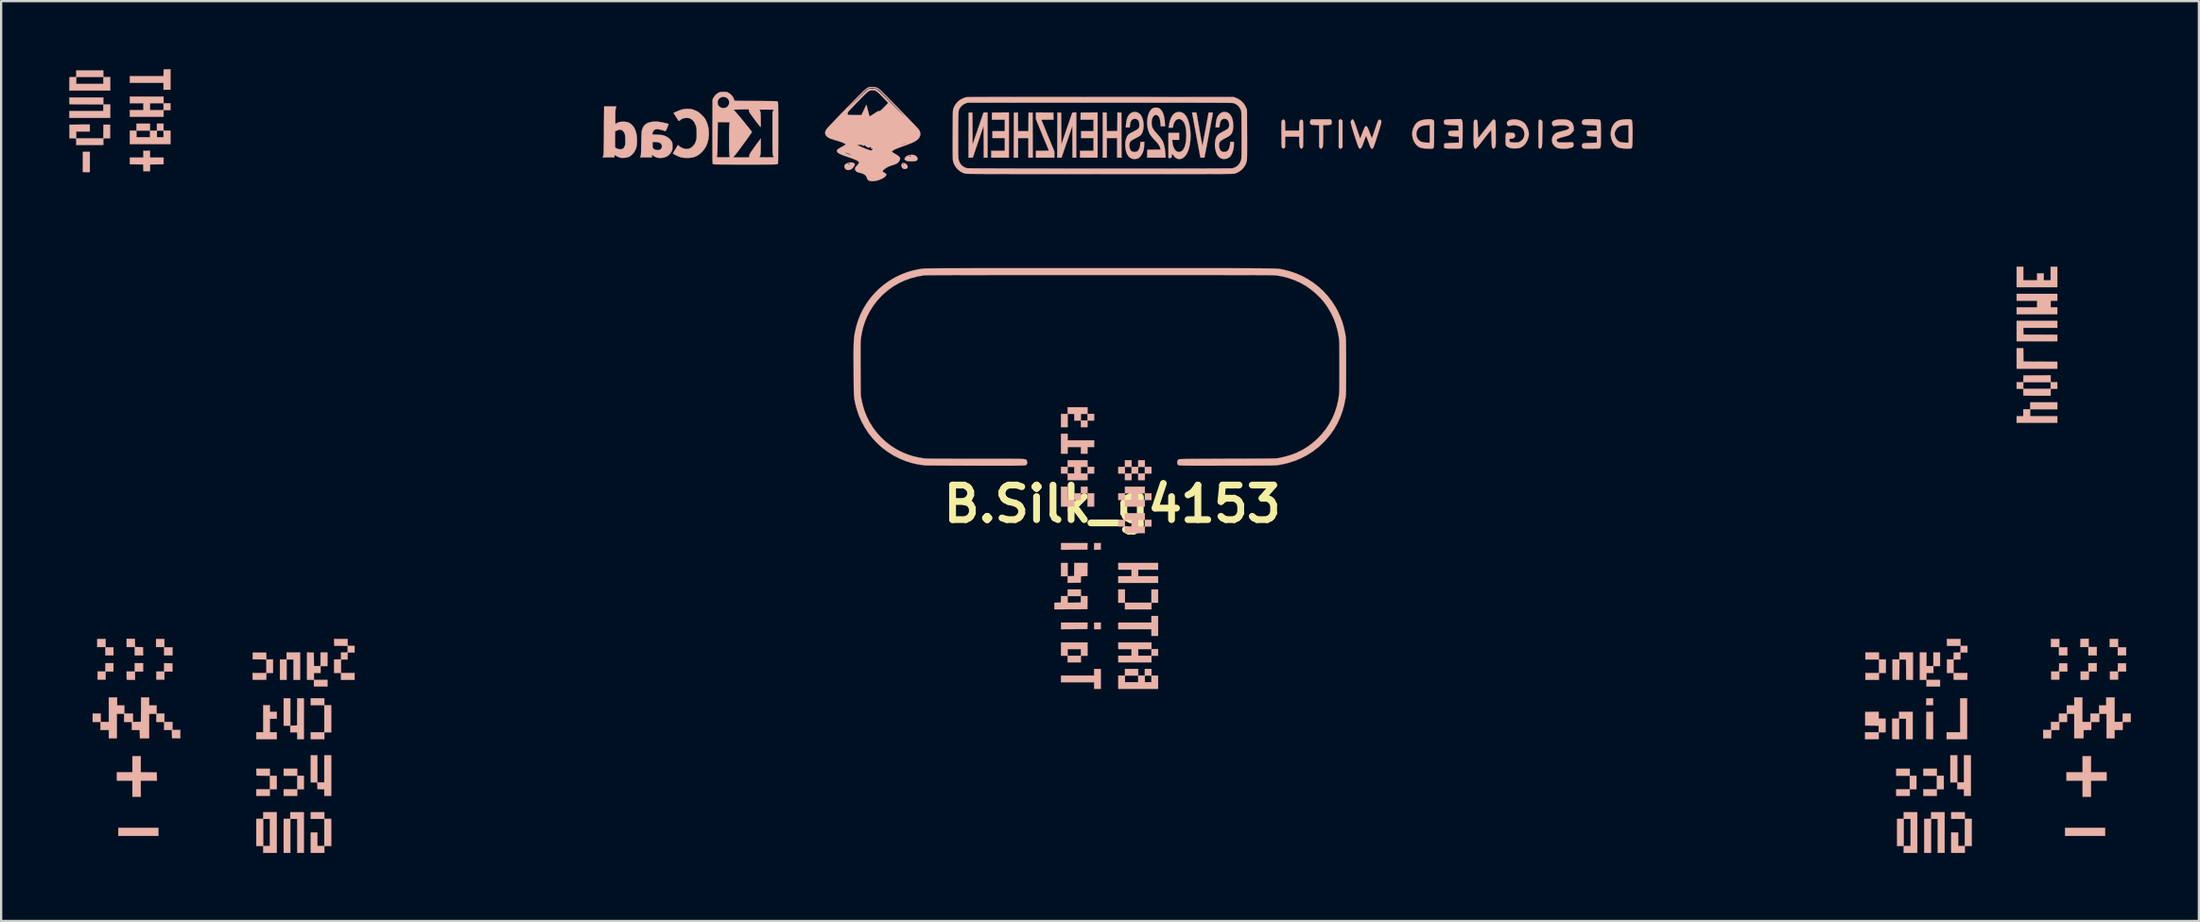
<source format=kicad_pcb>
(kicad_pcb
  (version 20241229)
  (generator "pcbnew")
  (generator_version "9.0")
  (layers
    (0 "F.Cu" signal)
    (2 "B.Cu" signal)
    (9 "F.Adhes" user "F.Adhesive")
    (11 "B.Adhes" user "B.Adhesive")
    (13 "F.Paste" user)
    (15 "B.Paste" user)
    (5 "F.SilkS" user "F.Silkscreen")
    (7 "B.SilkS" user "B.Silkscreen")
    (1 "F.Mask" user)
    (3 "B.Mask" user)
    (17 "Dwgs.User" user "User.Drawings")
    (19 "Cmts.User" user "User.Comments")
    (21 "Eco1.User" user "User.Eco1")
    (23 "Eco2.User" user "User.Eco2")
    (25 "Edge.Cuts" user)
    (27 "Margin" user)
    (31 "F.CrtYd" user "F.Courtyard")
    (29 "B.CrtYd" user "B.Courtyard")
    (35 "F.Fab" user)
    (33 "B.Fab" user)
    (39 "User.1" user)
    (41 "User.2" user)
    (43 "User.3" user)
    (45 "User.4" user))
  (footprint "B.Silk_g4153"
    (layer "F.Cu")
    (at 45.98 19.183)
    (property "Reference" "B.Silk_g4153" (at 0 0 0) (layer "F.SilkS") (effects (font (size 1.524 1.524) (thickness 0.3))))
    (attr through_hole)
    (fp_poly (pts (xy -45.072 -14.643) (xy -45.377 -14.643) (xy -45.377 -15.532) (xy -45.072 -15.532) (xy -45.072 -14.643)) (stroke (width 0.01) (type solid)) (fill yes) (layer "B.SilkS"))
    (fp_poly (pts (xy -44.374 6.312) (xy -44.742 6.312) (xy -44.742 5.956) (xy -44.374 5.956) (xy -44.374 6.312)) (stroke (width 0.01) (type solid)) (fill yes) (layer "B.SilkS"))
    (fp_poly (pts (xy -44.031 6.68) (xy -44.386 6.68) (xy -44.386 6.325) (xy -44.031 6.325) (xy -44.031 6.68)) (stroke (width 0.01) (type solid)) (fill yes) (layer "B.SilkS"))
    (fp_poly (pts (xy -42.05 14.643) (xy -43.815 14.643) (xy -43.815 14.287) (xy -42.05 14.287) (xy -42.05 14.643)) (stroke (width 0.01) (type solid)) (fill yes) (layer "B.SilkS"))
    (fp_poly (pts (xy -41.783 6.312) (xy -42.151 6.312) (xy -42.151 5.956) (xy -41.783 5.956) (xy -41.783 6.312)) (stroke (width 0.01) (type solid)) (fill yes) (layer "B.SilkS"))
    (fp_poly (pts (xy -41.427 6.68) (xy -41.796 6.68) (xy -41.796 6.325) (xy -41.427 6.325) (xy -41.427 6.68)) (stroke (width 0.01) (type solid)) (fill yes) (layer "B.SilkS"))
    (fp_poly (pts (xy -37.135 12.878) (xy -37.732 12.878) (xy -37.732 12.586) (xy -37.135 12.586) (xy -37.135 12.878)) (stroke (width 0.01) (type solid)) (fill yes) (layer "B.SilkS"))
    (fp_poly (pts (xy -36.398 7.76) (xy -36.69 7.76) (xy -36.69 6.858) (xy -36.398 6.858) (xy -36.398 7.76)) (stroke (width 0.01) (type solid)) (fill yes) (layer "B.SilkS"))
    (fp_poly (pts (xy -36.233 9.779) (xy -36.525 9.779) (xy -36.525 8.572) (xy -36.233 8.572) (xy -36.233 9.779)) (stroke (width 0.01) (type solid)) (fill yes) (layer "B.SilkS"))
    (fp_poly (pts (xy -36.233 15.392) (xy -36.525 15.392) (xy -36.525 13.894) (xy -36.233 13.894) (xy -36.233 15.392)) (stroke (width 0.01) (type solid)) (fill yes) (layer "B.SilkS"))
    (fp_poly (pts (xy -35.928 11.989) (xy -36.525 11.989) (xy -36.525 11.684) (xy -35.928 11.684) (xy -35.928 11.989)) (stroke (width 0.01) (type solid)) (fill yes) (layer "B.SilkS"))
    (fp_poly (pts (xy -35.928 12.878) (xy -36.525 12.878) (xy -36.525 12.586) (xy -35.928 12.586) (xy -35.928 12.878)) (stroke (width 0.01) (type solid)) (fill yes) (layer "B.SilkS"))
    (fp_poly (pts (xy -35.636 12.586) (xy -35.928 12.586) (xy -35.928 11.989) (xy -35.636 11.989) (xy -35.636 12.586)) (stroke (width 0.01) (type solid)) (fill yes) (layer "B.SilkS"))
    (fp_poly (pts (xy -34.734 8.877) (xy -35.331 8.877) (xy -35.331 8.572) (xy -34.734 8.572) (xy -34.734 8.877)) (stroke (width 0.01) (type solid)) (fill yes) (layer "B.SilkS"))
    (fp_poly (pts (xy -34.734 10.376) (xy -35.331 10.376) (xy -35.331 10.071) (xy -34.734 10.071) (xy -34.734 10.376)) (stroke (width 0.01) (type solid)) (fill yes) (layer "B.SilkS"))
    (fp_poly (pts (xy -34.734 13.894) (xy -35.331 13.894) (xy -35.331 13.602) (xy -34.734 13.602) (xy -34.734 13.894)) (stroke (width 0.01) (type solid)) (fill yes) (layer "B.SilkS"))
    (fp_poly (pts (xy -34.595 7.15) (xy -34.9 7.15) (xy -34.9 6.553) (xy -34.595 6.553) (xy -34.595 7.15)) (stroke (width 0.01) (type solid)) (fill yes) (layer "B.SilkS"))
    (fp_poly (pts (xy -34.595 8.052) (xy -35.192 8.052) (xy -35.192 7.76) (xy -34.595 7.76) (xy -34.595 8.052)) (stroke (width 0.01) (type solid)) (fill yes) (layer "B.SilkS"))
    (fp_poly (pts (xy -34.43 10.071) (xy -34.734 10.071) (xy -34.734 8.877) (xy -34.43 8.877) (xy -34.43 10.071)) (stroke (width 0.01) (type solid)) (fill yes) (layer "B.SilkS"))
    (fp_poly (pts (xy -34.43 15.088) (xy -34.734 15.088) (xy -34.734 13.894) (xy -34.43 13.894) (xy -34.43 15.088)) (stroke (width 0.01) (type solid)) (fill yes) (layer "B.SilkS"))
    (fp_poly (pts (xy -33.998 7.455) (xy -34.303 7.455) (xy -34.303 6.858) (xy -33.998 6.858) (xy -33.998 7.455)) (stroke (width 0.01) (type solid)) (fill yes) (layer "B.SilkS"))
    (fp_poly (pts (xy -33.706 6.858) (xy -33.998 6.858) (xy -33.998 6.553) (xy -33.706 6.553) (xy -33.706 6.858)) (stroke (width 0.01) (type solid)) (fill yes) (layer "B.SilkS"))
    (fp_poly (pts (xy -33.401 7.76) (xy -33.998 7.76) (xy -33.998 7.455) (xy -33.401 7.455) (xy -33.401 7.76)) (stroke (width 0.01) (type solid)) (fill yes) (layer "B.SilkS"))
    (fp_poly (pts (xy -1.968 -3.391) (xy -2.261 -3.391) (xy -2.261 -3.975) (xy -1.968 -3.975) (xy -1.968 -3.391)) (stroke (width 0.01) (type solid)) (fill yes) (layer "B.SilkS"))
    (fp_poly (pts (xy -1.968 3.188) (xy -2.261 3.188) (xy -2.261 2.603) (xy -1.968 2.603) (xy -1.968 3.188)) (stroke (width 0.01) (type solid)) (fill yes) (layer "B.SilkS"))
    (fp_poly (pts (xy -1.384 -0.178) (xy -1.676 -0.178) (xy -1.676 -0.47) (xy -1.384 -0.47) (xy -1.384 -0.178)) (stroke (width 0.01) (type solid)) (fill yes) (layer "B.SilkS"))
    (fp_poly (pts (xy -1.384 4.064) (xy -1.968 4.064) (xy -1.968 3.772) (xy -1.384 3.772) (xy -1.384 4.064)) (stroke (width 0.01) (type solid)) (fill yes) (layer "B.SilkS"))
    (fp_poly (pts (xy -1.092 -0.47) (xy -1.384 -0.47) (xy -1.384 -0.762) (xy -1.092 -0.762) (xy -1.092 -0.47)) (stroke (width 0.01) (type solid)) (fill yes) (layer "B.SilkS"))
    (fp_poly (pts (xy -0.8 0.114) (xy -1.092 0.114) (xy -1.092 -0.47) (xy -0.8 -0.47) (xy -0.8 0.114)) (stroke (width 0.01) (type solid)) (fill yes) (layer "B.SilkS"))
    (fp_poly (pts (xy -0.508 5.524) (xy -0.8 5.524) (xy -0.8 5.232) (xy -0.508 5.232) (xy -0.508 5.524)) (stroke (width 0.01) (type solid)) (fill yes) (layer "B.SilkS"))
    (fp_poly (pts (xy 0.559 4.356) (xy 0.267 4.356) (xy 0.267 3.772) (xy 0.559 3.772) (xy 0.559 4.356)) (stroke (width 0.01) (type solid)) (fill yes) (layer "B.SilkS"))
    (fp_poly (pts (xy 1.727 4.648) (xy 0.559 4.648) (xy 0.559 4.356) (xy 1.727 4.356) (xy 1.727 4.648)) (stroke (width 0.01) (type solid)) (fill yes) (layer "B.SilkS"))
    (fp_poly (pts (xy 2.019 4.356) (xy 1.727 4.356) (xy 1.727 3.772) (xy 2.019 3.772) (xy 2.019 4.356)) (stroke (width 0.01) (type solid)) (fill yes) (layer "B.SilkS"))
    (fp_poly (pts (xy 33.782 10.376) (xy 33.185 10.376) (xy 33.185 10.071) (xy 33.782 10.071) (xy 33.782 10.376)) (stroke (width 0.01) (type solid)) (fill yes) (layer "B.SilkS"))
    (fp_poly (pts (xy 33.795 6.858) (xy 33.198 6.858) (xy 33.198 6.553) (xy 33.795 6.553) (xy 33.795 6.858)) (stroke (width 0.01) (type solid)) (fill yes) (layer "B.SilkS"))
    (fp_poly (pts (xy 33.795 7.76) (xy 33.198 7.76) (xy 33.198 7.455) (xy 33.795 7.455) (xy 33.795 7.76)) (stroke (width 0.01) (type solid)) (fill yes) (layer "B.SilkS"))
    (fp_poly (pts (xy 34.099 7.455) (xy 33.795 7.455) (xy 33.795 6.858) (xy 34.099 6.858) (xy 34.099 7.455)) (stroke (width 0.01) (type solid)) (fill yes) (layer "B.SilkS"))
    (fp_poly (pts (xy 35.154 11.989) (xy 34.557 11.989) (xy 34.557 11.684) (xy 35.154 11.684) (xy 35.154 11.989)) (stroke (width 0.01) (type solid)) (fill yes) (layer "B.SilkS"))
    (fp_poly (pts (xy 35.154 12.878) (xy 34.557 12.878) (xy 34.557 12.586) (xy 35.154 12.586) (xy 35.154 12.878)) (stroke (width 0.01) (type solid)) (fill yes) (layer "B.SilkS"))
    (fp_poly (pts (xy 35.446 12.586) (xy 35.154 12.586) (xy 35.154 11.989) (xy 35.446 11.989) (xy 35.446 12.586)) (stroke (width 0.01) (type solid)) (fill yes) (layer "B.SilkS"))
    (fp_poly (pts (xy 36.093 15.392) (xy 35.789 15.392) (xy 35.789 13.894) (xy 36.093 13.894) (xy 36.093 15.392)) (stroke (width 0.01) (type solid)) (fill yes) (layer "B.SilkS"))
    (fp_poly (pts (xy 36.347 11.989) (xy 35.751 11.989) (xy 35.751 11.684) (xy 36.347 11.684) (xy 36.347 11.989)) (stroke (width 0.01) (type solid)) (fill yes) (layer "B.SilkS"))
    (fp_poly (pts (xy 36.347 12.878) (xy 35.751 12.878) (xy 35.751 12.586) (xy 36.347 12.586) (xy 36.347 12.878)) (stroke (width 0.01) (type solid)) (fill yes) (layer "B.SilkS"))
    (fp_poly (pts (xy 36.487 7.15) (xy 36.195 7.15) (xy 36.195 6.553) (xy 36.487 6.553) (xy 36.487 7.15)) (stroke (width 0.01) (type solid)) (fill yes) (layer "B.SilkS"))
    (fp_poly (pts (xy 36.487 8.052) (xy 35.89 8.052) (xy 35.89 7.76) (xy 36.487 7.76) (xy 36.487 8.052)) (stroke (width 0.01) (type solid)) (fill yes) (layer "B.SilkS"))
    (fp_poly (pts (xy 36.652 12.586) (xy 36.347 12.586) (xy 36.347 11.989) (xy 36.652 11.989) (xy 36.652 12.586)) (stroke (width 0.01) (type solid)) (fill yes) (layer "B.SilkS"))
    (fp_poly (pts (xy 37.249 12.281) (xy 36.944 12.281) (xy 36.944 11.087) (xy 37.249 11.087) (xy 37.249 12.281)) (stroke (width 0.01) (type solid)) (fill yes) (layer "B.SilkS"))
    (fp_poly (pts (xy 37.389 6.261) (xy 36.792 6.261) (xy 36.792 5.956) (xy 37.389 5.956) (xy 37.389 6.261)) (stroke (width 0.01) (type solid)) (fill yes) (layer "B.SilkS"))
    (fp_poly (pts (xy 37.579 13.894) (xy 36.982 13.894) (xy 36.982 13.602) (xy 37.579 13.602) (xy 37.579 13.894)) (stroke (width 0.01) (type solid)) (fill yes) (layer "B.SilkS"))
    (fp_poly (pts (xy 37.884 15.088) (xy 37.579 15.088) (xy 37.579 13.894) (xy 37.884 13.894) (xy 37.884 15.088)) (stroke (width 0.01) (type solid)) (fill yes) (layer "B.SilkS"))
    (fp_poly (pts (xy 41.656 -4.178) (xy 40.462 -4.178) (xy 40.462 -4.483) (xy 41.656 -4.483) (xy 41.656 -4.178)) (stroke (width 0.01) (type solid)) (fill yes) (layer "B.SilkS"))
    (fp_poly (pts (xy 41.745 6.312) (xy 41.377 6.312) (xy 41.377 5.956) (xy 41.745 5.956) (xy 41.745 6.312)) (stroke (width 0.01) (type solid)) (fill yes) (layer "B.SilkS"))
    (fp_poly (pts (xy 42.1 6.68) (xy 41.732 6.68) (xy 41.732 6.325) (xy 42.1 6.325) (xy 42.1 6.68)) (stroke (width 0.01) (type solid)) (fill yes) (layer "B.SilkS"))
    (fp_poly (pts (xy 43.764 14.643) (xy 41.999 14.643) (xy 41.999 14.287) (xy 43.764 14.287) (xy 43.764 14.643)) (stroke (width 0.01) (type solid)) (fill yes) (layer "B.SilkS"))
    (fp_poly (pts (xy 44.336 6.312) (xy 43.967 6.312) (xy 43.967 5.956) (xy 44.336 5.956) (xy 44.336 6.312)) (stroke (width 0.01) (type solid)) (fill yes) (layer "B.SilkS"))
    (fp_poly (pts (xy 44.691 6.68) (xy 44.323 6.68) (xy 44.323 6.325) (xy 44.691 6.325) (xy 44.691 6.68)) (stroke (width 0.01) (type solid)) (fill yes) (layer "B.SilkS"))
    (fp_poly (pts (xy -1.095 1.87) (xy -1.099 2.013) (xy -2.261 2.02) (xy -2.261 1.727) (xy -1.091 1.727) (xy -1.095 1.87)) (stroke (width 0.01) (type solid)) (fill yes) (layer "B.SilkS"))
    (fp_poly (pts (xy -1.095 5.375) (xy -1.099 5.518) (xy -2.261 5.525) (xy -2.261 5.232) (xy -1.091 5.232) (xy -1.095 5.375)) (stroke (width 0.01) (type solid)) (fill yes) (layer "B.SilkS"))
    (fp_poly (pts (xy -36.398 6.553) (xy -35.801 6.553) (xy -35.801 7.76) (xy -36.093 7.76) (xy -36.093 6.858) (xy -36.398 6.858) (xy -36.398 6.553)) (stroke (width 0.01) (type solid)) (fill yes) (layer "B.SilkS"))
    (fp_poly (pts (xy -36.233 13.602) (xy -35.636 13.602) (xy -35.636 15.392) (xy -35.928 15.392) (xy -35.928 13.894) (xy -36.233 13.894) (xy -36.233 13.602)) (stroke (width 0.01) (type solid)) (fill yes) (layer "B.SilkS"))
    (fp_poly (pts (xy -35.039 15.088) (xy -34.734 15.088) (xy -34.734 15.392) (xy -35.331 15.392) (xy -35.331 14.491) (xy -35.039 14.491) (xy -35.039 15.088)) (stroke (width 0.01) (type solid)) (fill yes) (layer "B.SilkS"))
    (fp_poly (pts (xy -1.968 -0.178) (xy -1.676 -0.178) (xy -1.676 0.114) (xy -2.261 0.114) (xy -2.261 -0.762) (xy -1.968 -0.762) (xy -1.968 -0.178)) (stroke (width 0.01) (type solid)) (fill yes) (layer "B.SilkS"))
    (fp_poly (pts (xy -0.511 1.87) (xy -0.514 2.013) (xy -0.657 2.017) (xy -0.8 2.02) (xy -0.8 1.727) (xy -0.507 1.727) (xy -0.511 1.87)) (stroke (width 0.01) (type solid)) (fill yes) (layer "B.SilkS"))
    (fp_poly (pts (xy 34.684 9.169) (xy 35.281 9.169) (xy 35.281 10.376) (xy 34.989 10.376) (xy 34.989 9.474) (xy 34.684 9.474) (xy 34.684 9.169)) (stroke (width 0.01) (type solid)) (fill yes) (layer "B.SilkS"))
    (fp_poly (pts (xy 36.093 13.602) (xy 36.69 13.602) (xy 36.69 15.392) (xy 36.386 15.392) (xy 36.386 13.894) (xy 36.093 13.894) (xy 36.093 13.602)) (stroke (width 0.01) (type solid)) (fill yes) (layer "B.SilkS"))
    (fp_poly (pts (xy 36.182 8.877) (xy 35.877 8.877) (xy 35.88 8.728) (xy 35.884 8.579) (xy 36.033 8.575) (xy 36.182 8.572) (xy 36.182 8.877)) (stroke (width 0.01) (type solid)) (fill yes) (layer "B.SilkS"))
    (fp_poly (pts (xy 37.287 15.088) (xy 37.579 15.088) (xy 37.579 15.392) (xy 36.982 15.392) (xy 36.982 14.491) (xy 37.287 14.491) (xy 37.287 15.088)) (stroke (width 0.01) (type solid)) (fill yes) (layer "B.SilkS"))
    (fp_poly (pts (xy 37.681 10.376) (xy 36.779 10.376) (xy 36.779 10.071) (xy 37.376 10.071) (xy 37.376 8.572) (xy 37.681 8.572) (xy 37.681 10.376)) (stroke (width 0.01) (type solid)) (fill yes) (layer "B.SilkS"))
    (fp_poly (pts (xy -44.031 7.391) (xy -44.374 7.391) (xy -44.374 7.747) (xy -44.729 7.747) (xy -44.729 7.391) (xy -44.386 7.391) (xy -44.386 7.023) (xy -44.031 7.023) (xy -44.031 7.391)) (stroke (width 0.01) (type solid)) (fill yes) (layer "B.SilkS"))
    (fp_poly (pts (xy -35.636 10.376) (xy -35.928 10.376) (xy -35.928 10.071) (xy -36.233 10.071) (xy -36.233 9.78) (xy -35.935 9.773) (xy -35.928 8.572) (xy -35.636 8.572) (xy -35.636 10.376)) (stroke (width 0.01) (type solid)) (fill yes) (layer "B.SilkS"))
    (fp_poly (pts (xy -0.508 8.153) (xy -0.8 8.153) (xy -0.8 7.861) (xy -2.261 7.861) (xy -2.261 7.569) (xy -0.8 7.569) (xy -0.8 7.277) (xy -0.508 7.277) (xy -0.508 8.153)) (stroke (width 0.01) (type solid)) (fill yes) (layer "B.SilkS"))
    (fp_poly (pts (xy 2.019 5.817) (xy 1.727 5.817) (xy 1.727 5.524) (xy 0.267 5.524) (xy 0.267 5.232) (xy 1.727 5.232) (xy 1.727 4.94) (xy 2.019 4.94) (xy 2.019 5.817)) (stroke (width 0.01) (type solid)) (fill yes) (layer "B.SilkS"))
    (fp_poly (pts (xy 35.89 7.15) (xy 36.195 7.15) (xy 36.195 7.455) (xy 35.89 7.455) (xy 35.89 7.76) (xy 35.598 7.76) (xy 35.598 6.553) (xy 35.89 6.553) (xy 35.89 7.15)) (stroke (width 0.01) (type solid)) (fill yes) (layer "B.SilkS"))
    (fp_poly (pts (xy 37.846 12.878) (xy 37.541 12.878) (xy 37.541 12.586) (xy 37.249 12.586) (xy 37.249 12.281) (xy 37.541 12.281) (xy 37.541 11.087) (xy 37.846 11.087) (xy 37.846 12.878)) (stroke (width 0.01) (type solid)) (fill yes) (layer "B.SilkS"))
    (fp_poly (pts (xy 40.16 -6.575) (xy 40.164 -6.28) (xy 40.91 -6.277) (xy 41.656 -6.274) (xy 41.656 -5.969) (xy 39.865 -5.969) (xy 39.865 -6.871) (xy 40.157 -6.871) (xy 40.16 -6.575)) (stroke (width 0.01) (type solid)) (fill yes) (layer "B.SilkS"))
    (fp_poly (pts (xy 40.462 -3.873) (xy 41.656 -3.873) (xy 41.656 -3.581) (xy 39.865 -3.581) (xy 39.865 -3.873) (xy 40.157 -3.873) (xy 40.157 -4.178) (xy 40.462 -4.178) (xy 40.462 -3.873)) (stroke (width 0.01) (type solid)) (fill yes) (layer "B.SilkS"))
    (fp_poly (pts (xy 43.04 6.312) (xy 43.396 6.312) (xy 43.396 6.68) (xy 43.028 6.68) (xy 43.028 6.312) (xy 42.671 6.312) (xy 42.678 5.95) (xy 43.04 5.943) (xy 43.04 6.312)) (stroke (width 0.01) (type solid)) (fill yes) (layer "B.SilkS"))
    (fp_poly (pts (xy -41.434 7.029) (xy -41.43 7.21) (xy -41.427 7.391) (xy -41.783 7.391) (xy -41.783 7.747) (xy -42.139 7.747) (xy -42.139 7.391) (xy -41.796 7.391) (xy -41.796 7.022) (xy -41.434 7.029)) (stroke (width 0.01) (type solid)) (fill yes) (layer "B.SilkS"))
    (fp_poly (pts (xy -37.135 11.989) (xy -36.83 11.989) (xy -36.83 12.586) (xy -37.135 12.586) (xy -37.135 11.989) (xy -37.725 11.982) (xy -37.729 11.833) (xy -37.733 11.684) (xy -37.135 11.684) (xy -37.135 11.989)) (stroke (width 0.01) (type solid)) (fill yes) (layer "B.SilkS"))
    (fp_poly (pts (xy -35.347 6.556) (xy -35.198 6.56) (xy -35.191 7.15) (xy -34.9 7.15) (xy -34.9 7.455) (xy -35.192 7.455) (xy -35.192 7.76) (xy -35.496 7.76) (xy -35.496 6.552) (xy -35.347 6.556)) (stroke (width 0.01) (type solid)) (fill yes) (layer "B.SilkS"))
    (fp_poly (pts (xy -33.706 6.261) (xy -33.401 6.261) (xy -33.401 6.553) (xy -33.706 6.553) (xy -33.706 6.262) (xy -34.296 6.255) (xy -34.3 6.106) (xy -34.304 5.956) (xy -33.706 5.956) (xy -33.706 6.261)) (stroke (width 0.01) (type solid)) (fill yes) (layer "B.SilkS"))
    (fp_poly (pts (xy -1.099 3.181) (xy -1.383 3.189) (xy -1.391 3.473) (xy -1.968 3.48) (xy -1.968 3.189) (xy -1.826 3.185) (xy -1.683 3.181) (xy -1.676 2.603) (xy -1.092 2.603) (xy -1.099 3.181)) (stroke (width 0.01) (type solid)) (fill yes) (layer "B.SilkS"))
    (fp_poly (pts (xy 33.782 9.474) (xy 34.087 9.474) (xy 34.087 10.071) (xy 33.782 10.071) (xy 33.782 9.779) (xy 33.191 9.773) (xy 33.191 9.176) (xy 33.487 9.172) (xy 33.782 9.169) (xy 33.782 9.474)) (stroke (width 0.01) (type solid)) (fill yes) (layer "B.SilkS"))
    (fp_poly (pts (xy 42.098 7.21) (xy 42.101 7.391) (xy 41.745 7.391) (xy 41.745 7.747) (xy 41.389 7.747) (xy 41.389 7.391) (xy 41.732 7.391) (xy 41.739 7.029) (xy 42.094 7.029) (xy 42.098 7.21)) (stroke (width 0.01) (type solid)) (fill yes) (layer "B.SilkS"))
    (fp_poly (pts (xy 44.688 7.21) (xy 44.692 7.391) (xy 44.336 7.391) (xy 44.336 7.747) (xy 43.98 7.747) (xy 43.98 7.391) (xy 44.322 7.391) (xy 44.329 7.029) (xy 44.685 7.029) (xy 44.688 7.21)) (stroke (width 0.01) (type solid)) (fill yes) (layer "B.SilkS"))
    (fp_poly (pts (xy -41.516 -18.275) (xy -41.821 -18.275) (xy -41.821 -18.58) (xy -43.307 -18.58) (xy -43.307 -18.872) (xy -41.822 -18.872) (xy -41.818 -19.021) (xy -41.815 -19.171) (xy -41.666 -19.174) (xy -41.516 -19.178) (xy -41.516 -18.275)) (stroke (width 0.01) (type solid)) (fill yes) (layer "B.SilkS"))
    (fp_poly (pts (xy 41.656 -7.772) (xy 40.157 -7.772) (xy 40.16 -7.623) (xy 40.164 -7.474) (xy 40.91 -7.471) (xy 41.656 -7.467) (xy 41.656 -7.176) (xy 39.865 -7.176) (xy 39.865 -8.077) (xy 41.656 -8.077) (xy 41.656 -7.772)) (stroke (width 0.01) (type solid)) (fill yes) (layer "B.SilkS"))
    (fp_poly (pts (xy 43.396 7.391) (xy 43.054 7.391) (xy 43.05 7.572) (xy 43.047 7.753) (xy 42.866 7.757) (xy 42.685 7.76) (xy 42.685 7.391) (xy 43.028 7.391) (xy 43.028 7.023) (xy 43.396 7.023) (xy 43.396 7.391)) (stroke (width 0.01) (type solid)) (fill yes) (layer "B.SilkS"))
    (fp_poly (pts (xy -43.085 5.95) (xy -43.081 6.131) (xy -43.078 6.311) (xy -42.903 6.315) (xy -42.729 6.318) (xy -42.726 6.499) (xy -42.722 6.68) (xy -43.091 6.68) (xy -43.091 6.312) (xy -43.447 6.312) (xy -43.447 5.943) (xy -43.085 5.95)) (stroke (width 0.01) (type solid)) (fill yes) (layer "B.SilkS"))
    (fp_poly (pts (xy -44.475 -17.628) (xy -44.171 -17.628) (xy -44.171 -17.031) (xy -45.974 -17.031) (xy -45.974 -17.335) (xy -44.475 -17.335) (xy -44.475 -17.627) (xy -45.222 -17.631) (xy -45.968 -17.634) (xy -45.971 -17.783) (xy -45.975 -17.932) (xy -44.475 -17.932) (xy -44.475 -17.628)) (stroke (width 0.01) (type solid)) (fill yes) (layer "B.SilkS"))
    (fp_poly (pts (xy -37.135 9.169) (xy -36.83 9.169) (xy -36.83 9.474) (xy -37.135 9.474) (xy -37.135 10.071) (xy -36.83 10.071) (xy -36.83 10.376) (xy -37.732 10.376) (xy -37.732 10.071) (xy -37.427 10.071) (xy -37.427 8.877) (xy -37.135 8.877) (xy -37.135 9.169)) (stroke (width 0.01) (type solid)) (fill yes) (layer "B.SilkS"))
    (fp_poly (pts (xy -36.83 15.392) (xy -37.427 15.392) (xy -37.427 15.088) (xy -37.732 15.088) (xy -37.732 13.894) (xy -37.427 13.894) (xy -37.427 15.088) (xy -37.135 15.088) (xy -37.135 13.894) (xy -37.427 13.894) (xy -37.427 13.602) (xy -36.83 13.602) (xy -36.83 15.392)) (stroke (width 0.01) (type solid)) (fill yes) (layer "B.SilkS"))
    (fp_poly (pts (xy -4.559 -15.278) (xy -5.334 -15.278) (xy -5.334 -15.583) (xy -4.737 -15.583) (xy -4.737 -16.142) (xy -5.283 -16.142) (xy -5.283 -16.447) (xy -4.737 -16.447) (xy -4.737 -16.954) (xy -5.309 -16.954) (xy -5.302 -17.266) (xy -4.559 -17.272) (xy -4.559 -15.278)) (stroke (width 0.01) (type solid)) (fill yes) (layer "B.SilkS"))
    (fp_poly (pts (xy -1.968 -2.807) (xy -0.8 -2.807) (xy -0.8 -2.515) (xy -1.092 -2.515) (xy -1.092 -2.223) (xy -1.384 -2.223) (xy -1.384 -2.515) (xy -1.968 -2.515) (xy -1.968 -2.223) (xy -2.261 -2.223) (xy -2.261 -3.099) (xy -1.968 -3.099) (xy -1.968 -2.807)) (stroke (width 0.01) (type solid)) (fill yes) (layer "B.SilkS"))
    (fp_poly (pts (xy -0.648 -15.278) (xy -1.422 -15.278) (xy -1.422 -15.583) (xy -0.826 -15.583) (xy -0.826 -16.142) (xy -1.372 -16.142) (xy -1.372 -16.447) (xy -0.826 -16.447) (xy -0.826 -16.954) (xy -1.398 -16.954) (xy -1.391 -17.266) (xy -0.648 -17.272) (xy -0.648 -15.278)) (stroke (width 0.01) (type solid)) (fill yes) (layer "B.SilkS"))
    (fp_poly (pts (xy 2.019 2.896) (xy 1.143 2.896) (xy 1.143 3.188) (xy 2.019 3.188) (xy 2.019 3.48) (xy 0.267 3.48) (xy 0.267 3.188) (xy 0.851 3.188) (xy 0.851 2.896) (xy 0.267 2.896) (xy 0.267 2.603) (xy 2.019 2.603) (xy 2.019 2.896)) (stroke (width 0.01) (type solid)) (fill yes) (layer "B.SilkS"))
    (fp_poly (pts (xy 10.105 -16.946) (xy 10.147 -16.913) (xy 10.147 -15.725) (xy 10.105 -15.698) (xy 10.074 -15.68) (xy 10.055 -15.674) (xy 10.038 -15.681) (xy 10.016 -15.698) (xy 9.982 -15.724) (xy 9.983 -16.923) (xy 10.022 -16.951) (xy 10.062 -16.978) (xy 10.105 -16.946)) (stroke (width 0.01) (type solid)) (fill yes) (layer "B.SilkS"))
    (fp_poly (pts (xy 35.484 15.392) (xy 34.887 15.392) (xy 34.887 15.088) (xy 34.595 15.088) (xy 34.595 13.894) (xy 34.887 13.894) (xy 34.887 15.088) (xy 35.192 15.088) (xy 35.192 13.894) (xy 34.887 13.894) (xy 34.887 13.602) (xy 35.484 13.602) (xy 35.484 15.392)) (stroke (width 0.01) (type solid)) (fill yes) (layer "B.SilkS"))
    (fp_poly (pts (xy 40.157 -9.868) (xy 40.767 -9.868) (xy 40.767 -10.173) (xy 41.059 -10.173) (xy 41.059 -9.868) (xy 41.364 -9.868) (xy 41.364 -10.465) (xy 41.656 -10.465) (xy 41.656 -9.563) (xy 39.865 -9.563) (xy 39.865 -10.465) (xy 40.157 -10.465) (xy 40.157 -9.868)) (stroke (width 0.01) (type solid)) (fill yes) (layer "B.SilkS"))
    (fp_poly (pts (xy 41.656 -8.966) (xy 41.364 -8.966) (xy 41.364 -8.674) (xy 41.656 -8.674) (xy 41.656 -8.369) (xy 39.865 -8.369) (xy 39.865 -8.674) (xy 40.767 -8.674) (xy 40.767 -8.966) (xy 39.865 -8.966) (xy 39.865 -9.271) (xy 41.656 -9.271) (xy 41.656 -8.966)) (stroke (width 0.01) (type solid)) (fill yes) (layer "B.SilkS"))
    (fp_poly (pts (xy -35.039 12.281) (xy -34.734 12.281) (xy -34.734 11.087) (xy -34.43 11.087) (xy -34.43 12.878) (xy -34.734 12.878) (xy -34.734 12.587) (xy -35.033 12.579) (xy -35.037 12.43) (xy -35.04 12.281) (xy -35.331 12.281) (xy -35.331 11.087) (xy -35.039 11.087) (xy -35.039 12.281)) (stroke (width 0.01) (type solid)) (fill yes) (layer "B.SilkS"))
    (fp_poly (pts (xy -1.968 4.357) (xy -1.391 4.35) (xy -1.387 4.207) (xy -1.383 4.064) (xy -1.092 4.064) (xy -1.099 4.642) (xy -2.553 4.648) (xy -2.553 4.357) (xy -2.41 4.353) (xy -2.267 4.35) (xy -2.263 4.207) (xy -2.26 4.064) (xy -1.968 4.064) (xy -1.968 4.357)) (stroke (width 0.01) (type solid)) (fill yes) (layer "B.SilkS"))
    (fp_poly (pts (xy -4.156 -16.856) (xy -4.153 -16.447) (xy -3.696 -16.447) (xy -3.689 -17.266) (xy -3.512 -17.266) (xy -3.505 -15.278) (xy -3.696 -15.278) (xy -3.696 -16.142) (xy -4.153 -16.142) (xy -4.153 -15.278) (xy -4.344 -15.278) (xy -4.34 -16.272) (xy -4.337 -17.266) (xy -4.159 -17.266) (xy -4.156 -16.856)) (stroke (width 0.01) (type solid)) (fill yes) (layer "B.SilkS"))
    (fp_poly (pts (xy 37.687 7.753) (xy 37.394 7.757) (xy 37.31 7.757) (xy 37.235 7.757) (xy 37.172 7.756) (xy 37.125 7.755) (xy 37.098 7.753) (xy 37.093 7.751) (xy 37.089 7.736) (xy 37.086 7.701) (xy 37.085 7.651) (xy 37.084 7.599) (xy 37.084 7.455) (xy 37.694 7.455) (xy 37.687 7.753)) (stroke (width 0.01) (type solid)) (fill yes) (layer "B.SilkS"))
    (fp_poly (pts (xy 37.694 6.553) (xy 37.389 6.553) (xy 37.389 6.858) (xy 37.084 6.858) (xy 37.084 7.455) (xy 36.792 7.455) (xy 36.792 6.858) (xy 37.083 6.858) (xy 37.087 6.709) (xy 37.09 6.56) (xy 37.24 6.556) (xy 37.389 6.552) (xy 37.389 6.261) (xy 37.694 6.261) (xy 37.694 6.553)) (stroke (width 0.01) (type solid)) (fill yes) (layer "B.SilkS"))
    (fp_poly (pts (xy -45.072 -16.434) (xy -45.669 -16.434) (xy -45.669 -16.129) (xy -44.476 -16.129) (xy -44.469 -16.732) (xy -44.177 -16.732) (xy -44.177 -16.135) (xy -44.475 -16.128) (xy -44.475 -15.837) (xy -45.669 -15.837) (xy -45.669 -16.128) (xy -45.968 -16.135) (xy -45.968 -16.732) (xy -45.52 -16.736) (xy -45.072 -16.739) (xy -45.072 -16.434)) (stroke (width 0.01) (type solid)) (fill yes) (layer "B.SilkS"))
    (fp_poly (pts (xy -42.418 -15.278) (xy -41.821 -15.278) (xy -41.821 -14.986) (xy -42.116 -14.983) (xy -42.412 -14.98) (xy -42.415 -14.83) (xy -42.419 -14.681) (xy -42.709 -14.681) (xy -42.716 -14.98) (xy -43.012 -14.983) (xy -43.307 -14.986) (xy -43.307 -15.278) (xy -42.71 -15.278) (xy -42.71 -15.583) (xy -42.418 -15.583) (xy -42.418 -15.278)) (stroke (width 0.01) (type solid)) (fill yes) (layer "B.SilkS"))
    (fp_poly (pts (xy -1.092 6.693) (xy -1.384 6.693) (xy -1.384 6.985) (xy -1.968 6.985) (xy -1.968 6.693) (xy -2.261 6.693) (xy -2.261 6.401) (xy -1.968 6.401) (xy -1.968 6.693) (xy -1.384 6.693) (xy -1.384 6.401) (xy -1.968 6.401) (xy -2.261 6.401) (xy -2.261 6.109) (xy -1.092 6.109) (xy -1.092 6.693)) (stroke (width 0.01) (type solid)) (fill yes) (layer "B.SilkS"))
    (fp_poly (pts (xy 34.684 10.376) (xy 34.54 10.376) (xy 34.482 10.375) (xy 34.433 10.373) (xy 34.4 10.37) (xy 34.387 10.367) (xy 34.385 10.353) (xy 34.384 10.316) (xy 34.382 10.26) (xy 34.381 10.188) (xy 34.38 10.101) (xy 34.379 10.004) (xy 34.379 9.917) (xy 34.379 9.474) (xy 34.684 9.474) (xy 34.684 10.376)) (stroke (width 0.01) (type solid)) (fill yes) (layer "B.SilkS"))
    (fp_poly (pts (xy -44.171 -18.834) (xy -44.171 -18.237) (xy -45.974 -18.237) (xy -45.971 -18.532) (xy -45.968 -18.828) (xy -45.818 -18.831) (xy -45.703 -18.834) (xy -45.669 -18.834) (xy -45.669 -18.529) (xy -44.475 -18.529) (xy -44.475 -18.834) (xy -45.669 -18.834) (xy -45.703 -18.834) (xy -45.669 -18.835) (xy -45.669 -19.126) (xy -44.475 -19.126) (xy -44.475 -18.834) (xy -44.171 -18.834)) (stroke (width 0.01) (type solid)) (fill yes) (layer "B.SilkS"))
    (fp_poly (pts (xy -0.333 -17.269) (xy -0.248 -17.266) (xy -0.244 -16.856) (xy -0.241 -16.446) (xy -0.009 -16.449) (xy 0.222 -16.453) (xy 0.226 -16.863) (xy 0.229 -17.273) (xy 0.315 -17.269) (xy 0.4 -17.266) (xy 0.407 -15.278) (xy 0.216 -15.278) (xy 0.216 -16.142) (xy -0.241 -16.142) (xy -0.241 -15.278) (xy -0.419 -15.278) (xy -0.419 -17.273) (xy -0.333 -17.269)) (stroke (width 0.01) (type solid)) (fill yes) (layer "B.SilkS"))
    (fp_poly (pts (xy 36.182 10.376) (xy 36.036 10.376) (xy 35.966 10.375) (xy 35.919 10.372) (xy 35.892 10.367) (xy 35.883 10.36) (xy 35.882 10.344) (xy 35.881 10.306) (xy 35.88 10.247) (xy 35.88 10.171) (xy 35.88 10.08) (xy 35.88 9.976) (xy 35.88 9.863) (xy 35.881 9.76) (xy 35.884 9.176) (xy 36.033 9.172) (xy 36.182 9.169) (xy 36.182 10.376)) (stroke (width 0.01) (type solid)) (fill yes) (layer "B.SilkS"))
    (fp_poly (pts (xy -42.723 7.391) (xy -43.078 7.391) (xy -43.078 7.76) (xy -43.254 7.76) (xy -43.318 7.759) (xy -43.374 7.758) (xy -43.414 7.755) (xy -43.436 7.752) (xy -43.438 7.751) (xy -43.441 7.736) (xy -43.444 7.7) (xy -43.446 7.649) (xy -43.447 7.587) (xy -43.447 7.567) (xy -43.447 7.391) (xy -43.091 7.391) (xy -43.091 7.023) (xy -42.723 7.023) (xy -42.723 7.391)) (stroke (width 0.01) (type solid)) (fill yes) (layer "B.SilkS"))
    (fp_poly (pts (xy -41.516 -17.678) (xy -41.516 -17.374) (xy -41.821 -17.374) (xy -41.821 -17.081) (xy -43.307 -17.081) (xy -43.307 -17.374) (xy -42.71 -17.374) (xy -42.71 -17.678) (xy -42.418 -17.678) (xy -42.418 -17.374) (xy -41.821 -17.374) (xy -41.821 -17.678) (xy -42.418 -17.678) (xy -42.71 -17.678) (xy -43.307 -17.678) (xy -43.307 -17.971) (xy -41.821 -17.971) (xy -41.821 -17.678) (xy -41.516 -17.678)) (stroke (width 0.01) (type solid)) (fill yes) (layer "B.SilkS"))
    (fp_poly (pts (xy -1.968 -4.267) (xy -1.092 -4.267) (xy -1.092 -3.975) (xy -0.8 -3.975) (xy -0.8 -3.683) (xy -1.092 -3.683) (xy -1.092 -3.391) (xy -1.384 -3.391) (xy -1.384 -3.683) (xy -1.676 -3.683) (xy -1.676 -3.975) (xy -1.384 -3.975) (xy -1.384 -3.683) (xy -1.092 -3.683) (xy -1.092 -3.975) (xy -1.384 -3.975) (xy -1.676 -3.975) (xy -1.968 -3.975) (xy -1.968 -4.267)) (stroke (width 0.01) (type solid)) (fill yes) (layer "B.SilkS"))
    (fp_poly (pts (xy 2.019 6.401) (xy 2.019 6.693) (xy 1.727 6.693) (xy 1.727 6.985) (xy 0.267 6.985) (xy 0.267 6.693) (xy 0.851 6.693) (xy 0.851 6.401) (xy 1.143 6.401) (xy 1.143 6.693) (xy 1.727 6.693) (xy 1.727 6.401) (xy 1.143 6.401) (xy 0.851 6.401) (xy 0.267 6.401) (xy 0.267 6.109) (xy 1.727 6.109) (xy 1.727 6.401) (xy 2.019 6.401)) (stroke (width 0.01) (type solid)) (fill yes) (layer "B.SilkS"))
    (fp_poly (pts (xy -41.516 -16.472) (xy -41.516 -15.875) (xy -43.307 -15.875) (xy -43.307 -16.472) (xy -43.015 -16.472) (xy -43.015 -16.18) (xy -42.418 -16.18) (xy -42.418 -16.472) (xy -43.015 -16.472) (xy -43.015 -16.777) (xy -42.418 -16.777) (xy -42.418 -16.472) (xy -42.113 -16.472) (xy -42.113 -16.18) (xy -41.821 -16.18) (xy -41.821 -16.472) (xy -42.113 -16.472) (xy -42.113 -16.777) (xy -41.821 -16.777) (xy -41.821 -16.472) (xy -41.516 -16.472)) (stroke (width 0.01) (type solid)) (fill yes) (layer "B.SilkS"))
    (fp_poly (pts (xy 2.019 7.569) (xy 2.019 8.153) (xy 0.267 8.153) (xy 0.267 7.569) (xy 0.559 7.569) (xy 0.559 7.861) (xy 1.143 7.861) (xy 1.143 7.569) (xy 0.559 7.569) (xy 0.559 7.277) (xy 1.143 7.277) (xy 1.143 7.569) (xy 1.435 7.569) (xy 1.435 7.861) (xy 1.727 7.861) (xy 1.727 7.569) (xy 1.435 7.569) (xy 1.435 7.277) (xy 1.727 7.277) (xy 1.727 7.569) (xy 2.019 7.569)) (stroke (width 0.01) (type solid)) (fill yes) (layer "B.SilkS"))
    (fp_poly (pts (xy -0.8 -1.638) (xy -0.8 -1.346) (xy -1.092 -1.346) (xy -1.092 -1.054) (xy -1.968 -1.054) (xy -1.968 -1.346) (xy -2.261 -1.346) (xy -2.261 -1.638) (xy -1.968 -1.638) (xy -1.968 -1.346) (xy -1.676 -1.346) (xy -1.676 -1.638) (xy -1.384 -1.638) (xy -1.384 -1.346) (xy -1.092 -1.346) (xy -1.092 -1.638) (xy -1.384 -1.638) (xy -1.676 -1.638) (xy -1.968 -1.638) (xy -1.968 -1.93) (xy -1.092 -1.93) (xy -1.092 -1.638) (xy -0.8 -1.638)) (stroke (width 0.01) (type solid)) (fill yes) (layer "B.SilkS"))
    (fp_poly (pts (xy 1.727 -0.47) (xy 1.727 -0.178) (xy 1.435 -0.178) (xy 1.435 0.114) (xy 0.559 0.114) (xy 0.559 -0.178) (xy 0.267 -0.178) (xy 0.267 -0.47) (xy 0.559 -0.47) (xy 0.559 -0.178) (xy 0.851 -0.178) (xy 0.851 -0.47) (xy 1.143 -0.47) (xy 1.143 -0.178) (xy 1.435 -0.178) (xy 1.435 -0.47) (xy 1.143 -0.47) (xy 0.851 -0.47) (xy 0.559 -0.47) (xy 0.559 -0.762) (xy 1.435 -0.762) (xy 1.435 -0.47) (xy 1.727 -0.47)) (stroke (width 0.01) (type solid)) (fill yes) (layer "B.SilkS"))
    (fp_poly (pts (xy 1.727 0.699) (xy 1.727 0.991) (xy 1.435 0.991) (xy 1.435 1.283) (xy 0.559 1.283) (xy 0.559 0.991) (xy 0.267 0.991) (xy 0.267 0.699) (xy 0.559 0.699) (xy 0.559 0.991) (xy 0.851 0.991) (xy 0.851 0.699) (xy 1.143 0.699) (xy 1.143 0.991) (xy 1.435 0.991) (xy 1.435 0.699) (xy 1.143 0.699) (xy 0.851 0.699) (xy 0.559 0.699) (xy 0.559 0.406) (xy 1.435 0.406) (xy 1.435 0.699) (xy 1.727 0.699)) (stroke (width 0.01) (type solid)) (fill yes) (layer "B.SilkS"))
    (fp_poly (pts (xy 35.293 7.761) (xy 34.995 7.753) (xy 34.992 7.306) (xy 34.988 6.858) (xy 34.697 6.858) (xy 34.69 7.753) (xy 34.55 7.757) (xy 34.492 7.758) (xy 34.445 7.757) (xy 34.412 7.754) (xy 34.4 7.752) (xy 34.398 7.737) (xy 34.396 7.7) (xy 34.395 7.644) (xy 34.393 7.571) (xy 34.392 7.485) (xy 34.392 7.388) (xy 34.392 7.3) (xy 34.392 6.858) (xy 34.696 6.858) (xy 34.696 6.553) (xy 35.293 6.553) (xy 35.293 7.761)) (stroke (width 0.01) (type solid)) (fill yes) (layer "B.SilkS"))
    (fp_poly (pts (xy 43.142 11.306) (xy 43.141 11.393) (xy 43.141 11.491) (xy 43.141 11.587) (xy 43.141 11.662) (xy 43.142 11.836) (xy 43.828 11.836) (xy 43.828 12.205) (xy 43.142 12.205) (xy 43.142 12.916) (xy 42.774 12.916) (xy 42.774 12.205) (xy 42.062 12.205) (xy 42.062 11.836) (xy 42.774 11.836) (xy 42.774 11.662) (xy 42.774 11.577) (xy 42.774 11.48) (xy 42.774 11.382) (xy 42.774 11.306) (xy 42.772 11.125) (xy 43.143 11.125) (xy 43.142 11.306)) (stroke (width 0.01) (type solid)) (fill yes) (layer "B.SilkS"))
    (fp_poly (pts (xy -42.824 11.306) (xy -42.825 11.393) (xy -42.825 11.491) (xy -42.826 11.587) (xy -42.825 11.662) (xy -42.824 11.836) (xy -42.12 11.843) (xy -42.116 12.024) (xy -42.113 12.205) (xy -42.824 12.205) (xy -42.825 12.379) (xy -42.825 12.464) (xy -42.825 12.561) (xy -42.825 12.659) (xy -42.824 12.735) (xy -42.823 12.916) (xy -43.193 12.916) (xy -43.193 12.205) (xy -43.879 12.205) (xy -43.879 11.836) (xy -43.193 11.836) (xy -43.193 11.125) (xy -42.823 11.125) (xy -42.824 11.306)) (stroke (width 0.01) (type solid)) (fill yes) (layer "B.SilkS"))
    (fp_poly (pts (xy -37.286 6.858) (xy -36.995 6.858) (xy -36.995 7.455) (xy -37.286 7.455) (xy -37.294 7.753) (xy -37.586 7.757) (xy -37.67 7.757) (xy -37.746 7.757) (xy -37.808 7.756) (xy -37.855 7.755) (xy -37.883 7.753) (xy -37.888 7.751) (xy -37.892 7.736) (xy -37.894 7.701) (xy -37.896 7.651) (xy -37.897 7.599) (xy -37.897 7.455) (xy -37.287 7.455) (xy -37.287 6.858) (xy -37.589 6.855) (xy -37.89 6.852) (xy -37.89 6.56) (xy -37.294 6.56) (xy -37.286 6.858)) (stroke (width 0.01) (type solid)) (fill yes) (layer "B.SilkS"))
    (fp_poly (pts (xy 1.727 -1.638) (xy 1.727 -1.346) (xy 1.435 -1.346) (xy 1.435 -1.054) (xy 1.143 -1.054) (xy 1.143 -1.346) (xy 0.851 -1.346) (xy 0.851 -1.054) (xy 0.559 -1.054) (xy 0.559 -1.346) (xy 0.267 -1.346) (xy 0.267 -1.638) (xy 0.559 -1.638) (xy 0.559 -1.346) (xy 0.851 -1.346) (xy 0.851 -1.638) (xy 0.559 -1.638) (xy 0.559 -1.93) (xy 0.851 -1.93) (xy 0.851 -1.638) (xy 1.143 -1.638) (xy 1.143 -1.346) (xy 1.435 -1.346) (xy 1.435 -1.638) (xy 1.143 -1.638) (xy 1.143 -1.93) (xy 1.435 -1.93) (xy 1.435 -1.638) (xy 1.727 -1.638)) (stroke (width 0.01) (type solid)) (fill yes) (layer "B.SilkS"))
    (fp_poly (pts (xy -5.499 -15.278) (xy -5.664 -15.278) (xy -5.667 -15.98) (xy -5.671 -16.681) (xy -5.723 -16.535) (xy -5.738 -16.492) (xy -5.76 -16.429) (xy -5.788 -16.347) (xy -5.82 -16.252) (xy -5.856 -16.146) (xy -5.895 -16.031) (xy -5.935 -15.913) (xy -5.962 -15.834) (xy -6.15 -15.278) (xy -6.337 -15.278) (xy -6.334 -16.272) (xy -6.331 -17.266) (xy -6.166 -17.266) (xy -6.158 -15.856) (xy -6.06 -16.142) (xy -6.03 -16.227) (xy -5.995 -16.331) (xy -5.955 -16.447) (xy -5.913 -16.569) (xy -5.871 -16.693) (xy -5.831 -16.811) (xy -5.817 -16.85) (xy -5.674 -17.272) (xy -5.499 -17.272) (xy -5.499 -15.278)) (stroke (width 0.01) (type solid)) (fill yes) (layer "B.SilkS"))
    (fp_poly (pts (xy -9.18 -15.041) (xy -9.155 -15.032) (xy -9.094 -14.997) (xy -9.049 -14.955) (xy -9.024 -14.907) (xy -9.021 -14.859) (xy -9.022 -14.853) (xy -9.043 -14.817) (xy -9.081 -14.791) (xy -9.128 -14.778) (xy -9.178 -14.78) (xy -9.201 -14.788) (xy -9.252 -14.821) (xy -9.282 -14.868) (xy -9.292 -14.912) (xy -9.291 -14.963) (xy -9.275 -15) (xy -9.238 -15) (xy -9.238 -14.984) (xy -9.218 -14.974) (xy -9.205 -14.973) (xy -9.186 -14.982) (xy -9.182 -14.992) (xy -9.192 -15.007) (xy -9.214 -15.011) (xy -9.234 -15.005) (xy -9.238 -15) (xy -9.275 -15) (xy -9.273 -15.007) (xy -9.272 -15.008) (xy -9.247 -15.038) (xy -9.219 -15.048) (xy -9.18 -15.041)) (stroke (width 0.01) (type solid)) (fill yes) (layer "B.SilkS"))
    (fp_poly (pts (xy -1.587 -15.278) (xy -1.752 -15.278) (xy -1.756 -15.98) (xy -1.759 -16.681) (xy -1.87 -16.358) (xy -1.905 -16.256) (xy -1.945 -16.137) (xy -1.989 -16.009) (xy -2.034 -15.879) (xy -2.076 -15.754) (xy -2.109 -15.656) (xy -2.238 -15.278) (xy -2.426 -15.278) (xy -2.423 -16.272) (xy -2.419 -17.266) (xy -2.254 -17.266) (xy -2.248 -16.562) (xy -2.242 -15.858) (xy -2.008 -16.549) (xy -1.964 -16.676) (xy -1.923 -16.796) (xy -1.885 -16.907) (xy -1.851 -17.007) (xy -1.821 -17.093) (xy -1.796 -17.163) (xy -1.778 -17.215) (xy -1.766 -17.247) (xy -1.762 -17.256) (xy -1.741 -17.266) (xy -1.7 -17.271) (xy -1.668 -17.272) (xy -1.587 -17.272) (xy -1.587 -15.278)) (stroke (width 0.01) (type solid)) (fill yes) (layer "B.SilkS"))
    (fp_poly (pts (xy 41.656 -5.372) (xy 41.656 -5.08) (xy 41.364 -5.08) (xy 41.364 -4.775) (xy 40.769 -4.775) (xy 40.649 -4.775) (xy 40.536 -4.776) (xy 40.434 -4.777) (xy 40.344 -4.778) (xy 40.27 -4.779) (xy 40.214 -4.78) (xy 40.178 -4.782) (xy 40.166 -4.784) (xy 40.162 -4.799) (xy 40.16 -4.834) (xy 40.158 -4.884) (xy 40.157 -4.936) (xy 40.157 -5.08) (xy 39.865 -5.08) (xy 39.865 -5.372) (xy 40.157 -5.372) (xy 40.157 -5.372) (xy 40.157 -5.08) (xy 41.364 -5.08) (xy 41.364 -5.372) (xy 40.157 -5.372) (xy 40.157 -5.372) (xy 40.16 -5.521) (xy 40.164 -5.671) (xy 40.764 -5.674) (xy 41.364 -5.677) (xy 41.364 -5.372) (xy 41.656 -5.372)) (stroke (width 0.01) (type solid)) (fill yes) (layer "B.SilkS"))
    (fp_poly (pts (xy 18.884 -16.947) (xy 18.918 -16.923) (xy 18.923 -16.918) (xy 18.961 -16.88) (xy 18.96 -16.565) (xy 18.959 -16.459) (xy 18.958 -16.345) (xy 18.956 -16.23) (xy 18.954 -16.122) (xy 18.951 -16.03) (xy 18.95 -16.008) (xy 18.947 -15.922) (xy 18.944 -15.857) (xy 18.94 -15.809) (xy 18.935 -15.775) (xy 18.928 -15.75) (xy 18.92 -15.73) (xy 18.916 -15.723) (xy 18.889 -15.687) (xy 18.863 -15.675) (xy 18.832 -15.687) (xy 18.82 -15.696) (xy 18.79 -15.72) (xy 18.786 -16.302) (xy 18.786 -16.447) (xy 18.785 -16.567) (xy 18.786 -16.667) (xy 18.787 -16.747) (xy 18.789 -16.811) (xy 18.792 -16.859) (xy 18.796 -16.894) (xy 18.803 -16.919) (xy 18.811 -16.935) (xy 18.821 -16.945) (xy 18.833 -16.949) (xy 18.848 -16.952) (xy 18.85 -16.952) (xy 18.884 -16.947)) (stroke (width 0.01) (type solid)) (fill yes) (layer "B.SilkS"))
    (fp_poly (pts (xy -11.451 -15.06) (xy -11.396 -15.04) (xy -11.371 -15.022) (xy -11.355 -15.005) (xy -11.35 -14.989) (xy -11.355 -14.964) (xy -11.363 -14.938) (xy -11.391 -14.885) (xy -11.433 -14.831) (xy -11.484 -14.784) (xy -11.535 -14.752) (xy -11.538 -14.75) (xy -11.594 -14.735) (xy -11.654 -14.732) (xy -11.707 -14.742) (xy -11.74 -14.759) (xy -11.782 -14.804) (xy -11.805 -14.855) (xy -11.809 -14.908) (xy -11.791 -14.956) (xy -11.786 -14.964) (xy -11.746 -14.999) (xy -11.714 -15.016) (xy -11.658 -15.016) (xy -11.655 -15.006) (xy -11.637 -14.994) (xy -11.614 -14.987) (xy -11.608 -14.986) (xy -11.581 -14.993) (xy -11.57 -14.999) (xy -11.557 -15.011) (xy -11.567 -15.022) (xy -11.57 -15.024) (xy -11.595 -15.03) (xy -11.629 -15.028) (xy -11.655 -15.018) (xy -11.658 -15.016) (xy -11.714 -15.016) (xy -11.688 -15.03) (xy -11.618 -15.054) (xy -11.584 -15.062) (xy -11.516 -15.067) (xy -11.451 -15.06)) (stroke (width 0.01) (type solid)) (fill yes) (layer "B.SilkS"))
    (fp_poly (pts (xy -8.753 -15.396) (xy -8.735 -15.392) (xy -8.676 -15.365) (xy -8.625 -15.322) (xy -8.59 -15.271) (xy -8.589 -15.268) (xy -8.579 -15.236) (xy -8.581 -15.212) (xy -8.594 -15.186) (xy -8.625 -15.152) (xy -8.661 -15.131) (xy -8.699 -15.123) (xy -8.755 -15.118) (xy -8.822 -15.115) (xy -8.893 -15.116) (xy -8.96 -15.119) (xy -9.017 -15.125) (xy -9.048 -15.131) (xy -9.093 -15.15) (xy -9.13 -15.176) (xy -9.153 -15.204) (xy -9.156 -15.218) (xy -9.148 -15.246) (xy -9.126 -15.282) (xy -9.096 -15.317) (xy -9.075 -15.336) (xy -9.067 -15.34) (xy -8.959 -15.34) (xy -8.941 -15.332) (xy -8.912 -15.332) (xy -8.884 -15.338) (xy -8.868 -15.35) (xy -8.868 -15.35) (xy -8.874 -15.365) (xy -8.889 -15.373) (xy -8.915 -15.374) (xy -8.941 -15.366) (xy -8.958 -15.353) (xy -8.959 -15.34) (xy -9.067 -15.34) (xy -9.007 -15.373) (xy -8.925 -15.397) (xy -8.838 -15.405) (xy -8.753 -15.396)) (stroke (width 0.01) (type solid)) (fill yes) (layer "B.SilkS"))
    (fp_poly (pts (xy 9.658 -16.917) (xy 9.671 -16.872) (xy 9.674 -16.822) (xy 9.668 -16.778) (xy 9.653 -16.747) (xy 9.653 -16.747) (xy 9.632 -16.738) (xy 9.591 -16.73) (xy 9.535 -16.722) (xy 9.47 -16.717) (xy 9.4 -16.714) (xy 9.382 -16.714) (xy 9.296 -16.713) (xy 9.296 -16.304) (xy 9.296 -16.167) (xy 9.294 -16.053) (xy 9.292 -15.96) (xy 9.289 -15.885) (xy 9.284 -15.826) (xy 9.277 -15.781) (xy 9.269 -15.747) (xy 9.259 -15.723) (xy 9.246 -15.704) (xy 9.244 -15.702) (xy 9.216 -15.678) (xy 9.193 -15.675) (xy 9.167 -15.694) (xy 9.151 -15.711) (xy 9.119 -15.75) (xy 9.119 -16.71) (xy 8.944 -16.718) (xy 8.872 -16.723) (xy 8.82 -16.727) (xy 8.785 -16.732) (xy 8.762 -16.739) (xy 8.748 -16.749) (xy 8.745 -16.751) (xy 8.727 -16.785) (xy 8.719 -16.831) (xy 8.723 -16.881) (xy 8.738 -16.925) (xy 8.742 -16.932) (xy 8.766 -16.967) (xy 9.635 -16.967) (xy 9.658 -16.917)) (stroke (width 0.01) (type solid)) (fill yes) (layer "B.SilkS"))
    (fp_poly (pts (xy -2.981 -17.269) (xy -2.597 -17.266) (xy -2.594 -17.11) (xy -2.59 -16.954) (xy -2.859 -16.954) (xy -2.948 -16.954) (xy -3.015 -16.954) (xy -3.062 -16.953) (xy -3.094 -16.95) (xy -3.112 -16.947) (xy -3.12 -16.942) (xy -3.121 -16.935) (xy -3.121 -16.932) (xy -3.115 -16.917) (xy -3.1 -16.88) (xy -3.077 -16.824) (xy -3.047 -16.751) (xy -3.011 -16.663) (xy -2.97 -16.563) (xy -2.924 -16.451) (xy -2.875 -16.332) (xy -2.833 -16.231) (xy -2.553 -15.552) (xy -2.553 -15.278) (xy -3.365 -15.278) (xy -3.365 -15.583) (xy -3.078 -15.583) (xy -2.982 -15.583) (xy -2.909 -15.584) (xy -2.857 -15.586) (xy -2.822 -15.589) (xy -2.803 -15.592) (xy -2.797 -15.598) (xy -2.798 -15.599) (xy -2.804 -15.613) (xy -2.818 -15.649) (xy -2.841 -15.704) (xy -2.871 -15.776) (xy -2.907 -15.863) (xy -2.948 -15.962) (xy -2.994 -16.073) (xy -3.043 -16.192) (xy -3.085 -16.294) (xy -3.365 -16.974) (xy -3.365 -17.123) (xy -3.365 -17.272) (xy -2.981 -17.269)) (stroke (width 0.01) (type solid)) (fill yes) (layer "B.SilkS"))
    (fp_poly (pts (xy 42.761 9.614) (xy 43.117 9.614) (xy 43.117 9.246) (xy 43.498 9.246) (xy 43.498 8.89) (xy 43.815 8.89) (xy 43.815 8.534) (xy 44.183 8.534) (xy 44.183 9.615) (xy 44.533 9.608) (xy 44.536 9.427) (xy 44.54 9.246) (xy 44.895 9.246) (xy 44.895 9.614) (xy 44.539 9.614) (xy 44.539 9.97) (xy 44.183 9.97) (xy 44.183 10.338) (xy 43.828 10.338) (xy 43.828 9.258) (xy 43.51 9.258) (xy 43.51 9.614) (xy 43.155 9.614) (xy 43.155 9.969) (xy 42.818 9.976) (xy 42.811 10.338) (xy 42.405 10.338) (xy 42.405 9.258) (xy 42.088 9.258) (xy 42.088 9.614) (xy 41.745 9.614) (xy 41.745 9.969) (xy 41.57 9.972) (xy 41.396 9.976) (xy 41.389 10.338) (xy 41.034 10.338) (xy 41.034 9.97) (xy 41.377 9.97) (xy 41.377 9.614) (xy 41.732 9.614) (xy 41.732 9.246) (xy 42.075 9.246) (xy 42.075 8.89) (xy 42.405 8.89) (xy 42.405 8.534) (xy 42.761 8.534) (xy 42.761 9.614)) (stroke (width 0.01) (type solid)) (fill yes) (layer "B.SilkS"))
    (fp_poly (pts (xy -43.866 8.89) (xy -43.548 8.89) (xy -43.548 9.246) (xy -43.167 9.246) (xy -43.167 9.615) (xy -42.818 9.608) (xy -42.815 9.071) (xy -42.811 8.534) (xy -42.456 8.534) (xy -42.456 8.89) (xy -42.126 8.89) (xy -42.126 9.246) (xy -41.783 9.246) (xy -41.783 9.614) (xy -41.427 9.614) (xy -41.427 9.97) (xy -41.084 9.97) (xy -41.084 10.338) (xy -41.265 10.335) (xy -41.446 10.331) (xy -41.453 9.97) (xy -41.796 9.97) (xy -41.796 9.614) (xy -42.139 9.614) (xy -42.139 9.258) (xy -42.456 9.258) (xy -42.456 10.338) (xy -42.862 10.338) (xy -42.865 10.157) (xy -42.869 9.976) (xy -43.043 9.972) (xy -43.218 9.969) (xy -43.218 9.614) (xy -43.561 9.614) (xy -43.561 9.258) (xy -43.879 9.258) (xy -43.879 10.338) (xy -44.234 10.338) (xy -44.234 9.97) (xy -44.602 9.97) (xy -44.602 9.614) (xy -44.945 9.614) (xy -44.945 9.246) (xy -44.59 9.246) (xy -44.59 9.614) (xy -44.234 9.614) (xy -44.234 8.534) (xy -43.866 8.534) (xy -43.866 8.89)) (stroke (width 0.01) (type solid)) (fill yes) (layer "B.SilkS"))
    (fp_poly (pts (xy 14.038 -16.971) (xy 14.099 -16.959) (xy 14.141 -16.938) (xy 14.157 -16.924) (xy 14.186 -16.89) (xy 14.186 -16.347) (xy 14.186 -16.204) (xy 14.185 -16.083) (xy 14.184 -15.984) (xy 14.182 -15.903) (xy 14.179 -15.839) (xy 14.175 -15.79) (xy 14.169 -15.752) (xy 14.163 -15.725) (xy 14.154 -15.707) (xy 14.144 -15.693) (xy 14.138 -15.688) (xy 14.114 -15.68) (xy 14.069 -15.675) (xy 14.006 -15.674) (xy 13.93 -15.675) (xy 13.843 -15.679) (xy 13.76 -15.686) (xy 13.671 -15.697) (xy 13.598 -15.714) (xy 13.536 -15.74) (xy 13.482 -15.773) (xy 13.404 -15.841) (xy 13.337 -15.928) (xy 13.284 -16.03) (xy 13.245 -16.142) (xy 13.224 -16.259) (xy 13.221 -16.326) (xy 13.222 -16.335) (xy 13.404 -16.335) (xy 13.411 -16.243) (xy 13.439 -16.155) (xy 13.441 -16.152) (xy 13.488 -16.077) (xy 13.548 -16.019) (xy 13.623 -15.978) (xy 13.716 -15.952) (xy 13.827 -15.94) (xy 13.865 -15.939) (xy 13.995 -15.938) (xy 13.995 -16.72) (xy 13.878 -16.711) (xy 13.771 -16.7) (xy 13.685 -16.684) (xy 13.616 -16.662) (xy 13.559 -16.631) (xy 13.511 -16.592) (xy 13.504 -16.584) (xy 13.451 -16.511) (xy 13.417 -16.427) (xy 13.404 -16.335) (xy 13.222 -16.335) (xy 13.229 -16.434) (xy 13.256 -16.539) (xy 13.303 -16.649) (xy 13.304 -16.651) (xy 13.353 -16.736) (xy 13.408 -16.804) (xy 13.473 -16.859) (xy 13.55 -16.9) (xy 13.643 -16.932) (xy 13.756 -16.954) (xy 13.856 -16.967) (xy 13.958 -16.973) (xy 14.038 -16.971)) (stroke (width 0.01) (type solid)) (fill yes) (layer "B.SilkS"))
    (fp_poly (pts (xy 22.824 -16.968) (xy 22.862 -16.959) (xy 22.886 -16.943) (xy 22.902 -16.919) (xy 22.911 -16.894) (xy 22.917 -16.861) (xy 22.922 -16.807) (xy 22.927 -16.733) (xy 22.93 -16.645) (xy 22.933 -16.545) (xy 22.934 -16.436) (xy 22.935 -16.323) (xy 22.934 -16.207) (xy 22.932 -16.094) (xy 22.93 -16.023) (xy 22.927 -15.921) (xy 22.923 -15.842) (xy 22.919 -15.783) (xy 22.911 -15.74) (xy 22.899 -15.711) (xy 22.881 -15.693) (xy 22.856 -15.684) (xy 22.822 -15.68) (xy 22.778 -15.678) (xy 22.758 -15.678) (xy 22.685 -15.677) (xy 22.604 -15.679) (xy 22.528 -15.684) (xy 22.517 -15.685) (xy 22.412 -15.699) (xy 22.325 -15.721) (xy 22.253 -15.752) (xy 22.217 -15.775) (xy 22.144 -15.84) (xy 22.081 -15.927) (xy 22.029 -16.033) (xy 21.995 -16.14) (xy 21.974 -16.26) (xy 21.973 -16.309) (xy 22.145 -16.309) (xy 22.159 -16.228) (xy 22.191 -16.148) (xy 22.237 -16.076) (xy 22.255 -16.055) (xy 22.306 -16.01) (xy 22.363 -15.977) (xy 22.432 -15.955) (xy 22.517 -15.943) (xy 22.616 -15.939) (xy 22.758 -15.938) (xy 22.758 -16.717) (xy 22.616 -16.71) (xy 22.539 -16.704) (xy 22.471 -16.695) (xy 22.417 -16.684) (xy 22.405 -16.681) (xy 22.326 -16.641) (xy 22.257 -16.582) (xy 22.2 -16.507) (xy 22.161 -16.421) (xy 22.15 -16.383) (xy 22.145 -16.309) (xy 21.973 -16.309) (xy 21.973 -16.38) (xy 21.99 -16.498) (xy 22.025 -16.608) (xy 22.075 -16.709) (xy 22.14 -16.796) (xy 22.218 -16.866) (xy 22.282 -16.904) (xy 22.347 -16.927) (xy 22.432 -16.947) (xy 22.532 -16.961) (xy 22.643 -16.969) (xy 22.695 -16.971) (xy 22.77 -16.971) (xy 22.824 -16.968)) (stroke (width 0.01) (type solid)) (fill yes) (layer "B.SilkS"))
    (fp_poly (pts (xy 1.979 -17.481) (xy 2.016 -17.477) (xy 2.044 -17.468) (xy 2.071 -17.452) (xy 2.085 -17.443) (xy 2.151 -17.384) (xy 2.206 -17.305) (xy 2.25 -17.206) (xy 2.283 -17.087) (xy 2.306 -16.946) (xy 2.317 -16.812) (xy 2.325 -16.662) (xy 2.136 -16.662) (xy 2.128 -16.748) (xy 2.117 -16.858) (xy 2.103 -16.946) (xy 2.085 -17.015) (xy 2.062 -17.068) (xy 2.033 -17.109) (xy 1.997 -17.14) (xy 1.994 -17.142) (xy 1.944 -17.164) (xy 1.896 -17.162) (xy 1.851 -17.141) (xy 1.811 -17.101) (xy 1.777 -17.047) (xy 1.752 -16.979) (xy 1.736 -16.902) (xy 1.73 -16.817) (xy 1.738 -16.73) (xy 1.752 -16.66) (xy 1.773 -16.597) (xy 1.804 -16.537) (xy 1.848 -16.474) (xy 1.907 -16.403) (xy 1.938 -16.369) (xy 2.023 -16.275) (xy 2.091 -16.194) (xy 2.145 -16.124) (xy 2.187 -16.061) (xy 2.2 -16.039) (xy 2.248 -15.938) (xy 2.286 -15.814) (xy 2.316 -15.67) (xy 2.336 -15.505) (xy 2.342 -15.415) (xy 2.35 -15.278) (xy 1.536 -15.278) (xy 1.54 -15.453) (xy 1.543 -15.627) (xy 2.131 -15.634) (xy 2.119 -15.687) (xy 2.1 -15.749) (xy 2.068 -15.812) (xy 2.022 -15.881) (xy 1.959 -15.958) (xy 1.878 -16.047) (xy 1.877 -16.047) (xy 1.799 -16.131) (xy 1.738 -16.203) (xy 1.69 -16.267) (xy 1.652 -16.327) (xy 1.622 -16.389) (xy 1.605 -16.431) (xy 1.569 -16.549) (xy 1.546 -16.674) (xy 1.538 -16.8) (xy 1.541 -16.926) (xy 1.557 -17.047) (xy 1.584 -17.16) (xy 1.623 -17.262) (xy 1.672 -17.349) (xy 1.73 -17.417) (xy 1.768 -17.446) (xy 1.797 -17.464) (xy 1.826 -17.475) (xy 1.861 -17.48) (xy 1.911 -17.482) (xy 1.925 -17.482) (xy 1.979 -17.481)) (stroke (width 0.01) (type solid)) (fill yes) (layer "B.SilkS"))
    (fp_poly (pts (xy 3.017 -17.287) (xy 3.099 -17.257) (xy 3.174 -17.204) (xy 3.24 -17.128) (xy 3.299 -17.031) (xy 3.349 -16.912) (xy 3.389 -16.773) (xy 3.421 -16.614) (xy 3.442 -16.436) (xy 3.443 -16.422) (xy 3.45 -16.239) (xy 3.443 -16.056) (xy 3.421 -15.879) (xy 3.387 -15.714) (xy 3.363 -15.634) (xy 3.317 -15.515) (xy 3.261 -15.415) (xy 3.197 -15.333) (xy 3.127 -15.272) (xy 3.052 -15.233) (xy 2.974 -15.216) (xy 2.893 -15.224) (xy 2.878 -15.228) (xy 2.814 -15.258) (xy 2.75 -15.311) (xy 2.69 -15.381) (xy 2.635 -15.457) (xy 2.62 -15.364) (xy 2.613 -15.319) (xy 2.607 -15.285) (xy 2.604 -15.269) (xy 2.604 -15.269) (xy 2.592 -15.267) (xy 2.563 -15.266) (xy 2.54 -15.265) (xy 2.477 -15.265) (xy 2.477 -16.37) (xy 2.946 -16.37) (xy 2.946 -16.066) (xy 2.639 -16.066) (xy 2.648 -15.973) (xy 2.667 -15.855) (xy 2.696 -15.752) (xy 2.735 -15.667) (xy 2.783 -15.601) (xy 2.838 -15.555) (xy 2.9 -15.531) (xy 2.967 -15.53) (xy 2.98 -15.532) (xy 3.049 -15.561) (xy 3.109 -15.612) (xy 3.159 -15.686) (xy 3.201 -15.781) (xy 3.232 -15.896) (xy 3.253 -16.031) (xy 3.264 -16.185) (xy 3.266 -16.288) (xy 3.258 -16.453) (xy 3.239 -16.597) (xy 3.208 -16.72) (xy 3.164 -16.82) (xy 3.109 -16.899) (xy 3.095 -16.914) (xy 3.033 -16.96) (xy 2.969 -16.983) (xy 2.907 -16.983) (xy 2.848 -16.961) (xy 2.794 -16.92) (xy 2.747 -16.86) (xy 2.711 -16.783) (xy 2.686 -16.69) (xy 2.682 -16.665) (xy 2.673 -16.605) (xy 2.58 -16.601) (xy 2.487 -16.598) (xy 2.496 -16.671) (xy 2.518 -16.811) (xy 2.553 -16.936) (xy 2.598 -17.046) (xy 2.652 -17.137) (xy 2.715 -17.208) (xy 2.785 -17.258) (xy 2.833 -17.277) (xy 2.928 -17.294) (xy 3.017 -17.287)) (stroke (width 0.01) (type solid)) (fill yes) (layer "B.SilkS"))
    (fp_poly (pts (xy 7.574 -16.951) (xy 7.601 -16.915) (xy 7.609 -16.894) (xy 7.614 -16.86) (xy 7.618 -16.81) (xy 7.62 -16.742) (xy 7.62 -16.676) (xy 7.62 -16.472) (xy 8.24 -16.472) (xy 8.244 -16.672) (xy 8.247 -16.753) (xy 8.25 -16.813) (xy 8.254 -16.856) (xy 8.261 -16.887) (xy 8.269 -16.909) (xy 8.271 -16.913) (xy 8.3 -16.945) (xy 8.336 -16.955) (xy 8.374 -16.942) (xy 8.39 -16.928) (xy 8.395 -16.92) (xy 8.4 -16.911) (xy 8.404 -16.896) (xy 8.407 -16.875) (xy 8.409 -16.844) (xy 8.411 -16.802) (xy 8.412 -16.745) (xy 8.413 -16.673) (xy 8.413 -16.583) (xy 8.414 -16.471) (xy 8.414 -16.337) (xy 8.414 -16.325) (xy 8.414 -16.19) (xy 8.414 -16.077) (xy 8.413 -15.985) (xy 8.412 -15.911) (xy 8.411 -15.854) (xy 8.41 -15.81) (xy 8.407 -15.778) (xy 8.404 -15.755) (xy 8.401 -15.739) (xy 8.396 -15.727) (xy 8.39 -15.718) (xy 8.387 -15.714) (xy 8.358 -15.683) (xy 8.332 -15.676) (xy 8.304 -15.692) (xy 8.296 -15.7) (xy 8.277 -15.728) (xy 8.262 -15.767) (xy 8.252 -15.821) (xy 8.246 -15.891) (xy 8.243 -15.983) (xy 8.243 -16.024) (xy 8.242 -16.205) (xy 7.62 -16.205) (xy 7.62 -15.973) (xy 7.62 -15.887) (xy 7.618 -15.823) (xy 7.616 -15.776) (xy 7.612 -15.745) (xy 7.606 -15.724) (xy 7.6 -15.713) (xy 7.57 -15.689) (xy 7.534 -15.685) (xy 7.499 -15.701) (xy 7.484 -15.719) (xy 7.478 -15.729) (xy 7.474 -15.742) (xy 7.47 -15.762) (xy 7.467 -15.789) (xy 7.465 -15.827) (xy 7.463 -15.877) (xy 7.461 -15.943) (xy 7.46 -16.026) (xy 7.459 -16.129) (xy 7.458 -16.254) (xy 7.457 -16.315) (xy 7.457 -16.451) (xy 7.456 -16.563) (xy 7.456 -16.654) (xy 7.456 -16.727) (xy 7.457 -16.784) (xy 7.459 -16.827) (xy 7.461 -16.858) (xy 7.464 -16.881) (xy 7.468 -16.896) (xy 7.473 -16.907) (xy 7.475 -16.91) (xy 7.509 -16.948) (xy 7.542 -16.962) (xy 7.574 -16.951)) (stroke (width 0.01) (type solid)) (fill yes) (layer "B.SilkS"))
    (fp_poly (pts (xy 3.66 -17.271) (xy 3.689 -17.269) (xy 3.704 -17.262) (xy 3.711 -17.25) (xy 3.712 -17.243) (xy 3.716 -17.226) (xy 3.723 -17.186) (xy 3.734 -17.125) (xy 3.748 -17.047) (xy 3.764 -16.952) (xy 3.783 -16.845) (xy 3.804 -16.726) (xy 3.826 -16.599) (xy 3.843 -16.499) (xy 3.866 -16.368) (xy 3.888 -16.246) (xy 3.908 -16.134) (xy 3.926 -16.035) (xy 3.942 -15.95) (xy 3.955 -15.882) (xy 3.965 -15.834) (xy 3.972 -15.806) (xy 3.974 -15.801) (xy 3.977 -15.816) (xy 3.985 -15.854) (xy 3.996 -15.912) (xy 4.011 -15.989) (xy 4.028 -16.082) (xy 4.048 -16.188) (xy 4.07 -16.306) (xy 4.094 -16.432) (xy 4.114 -16.542) (xy 4.248 -17.266) (xy 4.34 -17.269) (xy 4.388 -17.271) (xy 4.415 -17.269) (xy 4.428 -17.264) (xy 4.432 -17.252) (xy 4.432 -17.246) (xy 4.43 -17.23) (xy 4.423 -17.19) (xy 4.412 -17.13) (xy 4.398 -17.05) (xy 4.38 -16.953) (xy 4.359 -16.842) (xy 4.336 -16.717) (xy 4.31 -16.581) (xy 4.282 -16.436) (xy 4.253 -16.284) (xy 4.248 -16.257) (xy 4.219 -16.105) (xy 4.191 -15.959) (xy 4.165 -15.823) (xy 4.141 -15.698) (xy 4.12 -15.586) (xy 4.102 -15.488) (xy 4.086 -15.408) (xy 4.075 -15.347) (xy 4.067 -15.306) (xy 4.064 -15.288) (xy 4.064 -15.287) (xy 4.052 -15.283) (xy 4.022 -15.279) (xy 3.979 -15.278) (xy 3.975 -15.278) (xy 3.929 -15.279) (xy 3.901 -15.282) (xy 3.887 -15.29) (xy 3.881 -15.303) (xy 3.88 -15.307) (xy 3.877 -15.324) (xy 3.869 -15.363) (xy 3.858 -15.424) (xy 3.843 -15.504) (xy 3.825 -15.601) (xy 3.805 -15.712) (xy 3.782 -15.837) (xy 3.757 -15.972) (xy 3.73 -16.116) (xy 3.702 -16.267) (xy 3.702 -16.269) (xy 3.674 -16.42) (xy 3.648 -16.565) (xy 3.623 -16.701) (xy 3.599 -16.826) (xy 3.579 -16.938) (xy 3.561 -17.036) (xy 3.546 -17.116) (xy 3.534 -17.178) (xy 3.527 -17.219) (xy 3.523 -17.237) (xy 3.523 -17.237) (xy 3.516 -17.272) (xy 3.611 -17.272) (xy 3.66 -17.271)) (stroke (width 0.01) (type solid)) (fill yes) (layer "B.SilkS"))
    (fp_poly (pts (xy 5.008 -17.291) (xy 5.088 -17.264) (xy 5.159 -17.215) (xy 5.22 -17.145) (xy 5.259 -17.076) (xy 5.296 -16.976) (xy 5.32 -16.862) (xy 5.332 -16.741) (xy 5.331 -16.621) (xy 5.318 -16.508) (xy 5.29 -16.407) (xy 5.282 -16.387) (xy 5.257 -16.338) (xy 5.226 -16.296) (xy 5.183 -16.256) (xy 5.126 -16.216) (xy 5.051 -16.173) (xy 4.991 -16.142) (xy 4.901 -16.095) (xy 4.832 -16.054) (xy 4.781 -16.016) (xy 4.745 -15.979) (xy 4.723 -15.938) (xy 4.711 -15.891) (xy 4.706 -15.835) (xy 4.706 -15.811) (xy 4.708 -15.752) (xy 4.716 -15.707) (xy 4.732 -15.663) (xy 4.741 -15.644) (xy 4.778 -15.586) (xy 4.824 -15.55) (xy 4.884 -15.532) (xy 4.934 -15.528) (xy 5.01 -15.539) (xy 5.072 -15.572) (xy 5.122 -15.627) (xy 5.159 -15.703) (xy 5.183 -15.8) (xy 5.191 -15.871) (xy 5.198 -15.977) (xy 5.359 -15.977) (xy 5.359 -15.863) (xy 5.351 -15.726) (xy 5.327 -15.597) (xy 5.287 -15.48) (xy 5.235 -15.38) (xy 5.208 -15.343) (xy 5.148 -15.287) (xy 5.073 -15.246) (xy 4.989 -15.223) (xy 4.902 -15.219) (xy 4.824 -15.234) (xy 4.758 -15.266) (xy 4.695 -15.317) (xy 4.641 -15.38) (xy 4.606 -15.44) (xy 4.561 -15.567) (xy 4.533 -15.703) (xy 4.523 -15.843) (xy 4.532 -15.979) (xy 4.559 -16.106) (xy 4.573 -16.147) (xy 4.6 -16.207) (xy 4.635 -16.258) (xy 4.683 -16.306) (xy 4.746 -16.353) (xy 4.828 -16.401) (xy 4.889 -16.433) (xy 4.974 -16.478) (xy 5.039 -16.517) (xy 5.086 -16.552) (xy 5.118 -16.585) (xy 5.138 -16.621) (xy 5.149 -16.66) (xy 5.15 -16.668) (xy 5.154 -16.747) (xy 5.142 -16.823) (xy 5.117 -16.89) (xy 5.081 -16.943) (xy 5.051 -16.968) (xy 4.998 -16.988) (xy 4.936 -16.992) (xy 4.876 -16.982) (xy 4.846 -16.968) (xy 4.802 -16.929) (xy 4.769 -16.873) (xy 4.746 -16.797) (xy 4.734 -16.726) (xy 4.719 -16.612) (xy 4.555 -16.612) (xy 4.563 -16.748) (xy 4.579 -16.887) (xy 4.608 -17.007) (xy 4.651 -17.107) (xy 4.707 -17.186) (xy 4.775 -17.244) (xy 4.856 -17.281) (xy 4.921 -17.294) (xy 5.008 -17.291)) (stroke (width 0.01) (type solid)) (fill yes) (layer "B.SilkS"))
    (fp_poly (pts (xy 19.856 -16.964) (xy 19.947 -16.96) (xy 20.018 -16.953) (xy 20.074 -16.942) (xy 20.122 -16.925) (xy 20.166 -16.902) (xy 20.195 -16.883) (xy 20.25 -16.837) (xy 20.289 -16.783) (xy 20.317 -16.716) (xy 20.334 -16.632) (xy 20.34 -16.581) (xy 20.348 -16.491) (xy 20.282 -16.404) (xy 20.251 -16.365) (xy 20.221 -16.332) (xy 20.189 -16.305) (xy 20.152 -16.282) (xy 20.106 -16.261) (xy 20.048 -16.24) (xy 19.973 -16.218) (xy 19.879 -16.192) (xy 19.827 -16.179) (xy 19.739 -16.154) (xy 19.673 -16.13) (xy 19.627 -16.107) (xy 19.599 -16.083) (xy 19.587 -16.056) (xy 19.586 -16.05) (xy 19.589 -16.024) (xy 19.607 -16) (xy 19.629 -15.981) (xy 19.677 -15.945) (xy 19.913 -15.946) (xy 19.993 -15.947) (xy 20.069 -15.948) (xy 20.136 -15.951) (xy 20.187 -15.953) (xy 20.215 -15.956) (xy 20.256 -15.96) (xy 20.282 -15.956) (xy 20.302 -15.944) (xy 20.307 -15.939) (xy 20.324 -15.908) (xy 20.333 -15.863) (xy 20.332 -15.815) (xy 20.321 -15.776) (xy 20.321 -15.774) (xy 20.294 -15.748) (xy 20.246 -15.725) (xy 20.181 -15.705) (xy 20.103 -15.69) (xy 20.016 -15.679) (xy 19.924 -15.674) (xy 19.831 -15.675) (xy 19.741 -15.683) (xy 19.725 -15.685) (xy 19.641 -15.703) (xy 19.573 -15.731) (xy 19.516 -15.773) (xy 19.487 -15.803) (xy 19.434 -15.868) (xy 19.401 -15.928) (xy 19.385 -15.989) (xy 19.382 -16.06) (xy 19.383 -16.071) (xy 19.396 -16.156) (xy 19.424 -16.226) (xy 19.471 -16.289) (xy 19.497 -16.314) (xy 19.523 -16.338) (xy 19.548 -16.356) (xy 19.576 -16.372) (xy 19.611 -16.386) (xy 19.658 -16.401) (xy 19.721 -16.419) (xy 19.799 -16.439) (xy 19.903 -16.467) (xy 19.985 -16.49) (xy 20.047 -16.511) (xy 20.091 -16.53) (xy 20.12 -16.548) (xy 20.136 -16.566) (xy 20.142 -16.586) (xy 20.142 -16.591) (xy 20.13 -16.628) (xy 20.096 -16.659) (xy 20.041 -16.682) (xy 19.968 -16.699) (xy 19.88 -16.707) (xy 19.777 -16.708) (xy 19.664 -16.699) (xy 19.615 -16.693) (xy 19.44 -16.67) (xy 19.417 -16.699) (xy 19.393 -16.743) (xy 19.383 -16.793) (xy 19.389 -16.839) (xy 19.394 -16.852) (xy 19.432 -16.893) (xy 19.493 -16.926) (xy 19.578 -16.948) (xy 19.685 -16.962) (xy 19.814 -16.965) (xy 19.856 -16.964)) (stroke (width 0.01) (type solid)) (fill yes) (layer "B.SilkS"))
    (fp_poly (pts (xy 17.843 -16.954) (xy 17.869 -16.949) (xy 17.987 -16.915) (xy 18.086 -16.865) (xy 18.17 -16.798) (xy 18.238 -16.712) (xy 18.293 -16.605) (xy 18.336 -16.478) (xy 18.339 -16.467) (xy 18.355 -16.395) (xy 18.362 -16.336) (xy 18.36 -16.28) (xy 18.349 -16.216) (xy 18.339 -16.172) (xy 18.295 -16.04) (xy 18.236 -15.929) (xy 18.162 -15.837) (xy 18.073 -15.765) (xy 18.012 -15.732) (xy 17.975 -15.715) (xy 17.944 -15.703) (xy 17.911 -15.696) (xy 17.872 -15.692) (xy 17.819 -15.689) (xy 17.761 -15.688) (xy 17.665 -15.688) (xy 17.593 -15.693) (xy 17.546 -15.701) (xy 17.545 -15.702) (xy 17.467 -15.733) (xy 17.405 -15.769) (xy 17.365 -15.808) (xy 17.36 -15.815) (xy 17.351 -15.833) (xy 17.344 -15.854) (xy 17.34 -15.882) (xy 17.337 -15.922) (xy 17.336 -15.978) (xy 17.336 -16.055) (xy 17.336 -16.069) (xy 17.336 -16.165) (xy 17.34 -16.239) (xy 17.346 -16.294) (xy 17.356 -16.333) (xy 17.371 -16.358) (xy 17.39 -16.372) (xy 17.406 -16.378) (xy 17.435 -16.381) (xy 17.481 -16.382) (xy 17.536 -16.38) (xy 17.593 -16.377) (xy 17.644 -16.373) (xy 17.682 -16.367) (xy 17.695 -16.364) (xy 17.72 -16.342) (xy 17.742 -16.306) (xy 17.754 -16.264) (xy 17.755 -16.25) (xy 17.744 -16.195) (xy 17.713 -16.154) (xy 17.661 -16.128) (xy 17.589 -16.117) (xy 17.568 -16.116) (xy 17.528 -16.11) (xy 17.506 -16.091) (xy 17.503 -16.055) (xy 17.507 -16.027) (xy 17.518 -15.995) (xy 17.538 -15.973) (xy 17.569 -15.958) (xy 17.617 -15.949) (xy 17.684 -15.945) (xy 17.735 -15.945) (xy 17.802 -15.945) (xy 17.849 -15.947) (xy 17.885 -15.952) (xy 17.914 -15.96) (xy 17.945 -15.973) (xy 17.96 -15.98) (xy 18.043 -16.033) (xy 18.105 -16.101) (xy 18.146 -16.183) (xy 18.165 -16.278) (xy 18.167 -16.32) (xy 18.156 -16.421) (xy 18.125 -16.507) (xy 18.073 -16.579) (xy 18.001 -16.635) (xy 17.908 -16.677) (xy 17.796 -16.703) (xy 17.746 -16.71) (xy 17.702 -16.711) (xy 17.656 -16.707) (xy 17.597 -16.697) (xy 17.582 -16.694) (xy 17.461 -16.671) (xy 17.428 -16.703) (xy 17.403 -16.746) (xy 17.395 -16.797) (xy 17.406 -16.849) (xy 17.417 -16.868) (xy 17.454 -16.904) (xy 17.511 -16.932) (xy 17.583 -16.952) (xy 17.665 -16.963) (xy 17.754 -16.964) (xy 17.843 -16.954)) (stroke (width 0.01) (type solid)) (fill yes) (layer "B.SilkS"))
    (fp_poly (pts (xy 21.093 -16.977) (xy 21.181 -16.975) (xy 21.267 -16.972) (xy 21.345 -16.967) (xy 21.408 -16.962) (xy 21.442 -16.958) (xy 21.464 -16.955) (xy 21.482 -16.949) (xy 21.497 -16.94) (xy 21.509 -16.925) (xy 21.517 -16.901) (xy 21.524 -16.866) (xy 21.529 -16.818) (xy 21.532 -16.754) (xy 21.534 -16.673) (xy 21.536 -16.571) (xy 21.537 -16.447) (xy 21.537 -16.415) (xy 21.538 -16.263) (xy 21.538 -16.135) (xy 21.538 -16.027) (xy 21.536 -15.939) (xy 21.533 -15.869) (xy 21.529 -15.813) (xy 21.524 -15.771) (xy 21.517 -15.74) (xy 21.509 -15.719) (xy 21.501 -15.707) (xy 21.494 -15.699) (xy 21.484 -15.692) (xy 21.47 -15.687) (xy 21.447 -15.683) (xy 21.414 -15.681) (xy 21.366 -15.679) (xy 21.301 -15.678) (xy 21.216 -15.677) (xy 21.15 -15.676) (xy 21.038 -15.676) (xy 20.943 -15.676) (xy 20.866 -15.678) (xy 20.81 -15.682) (xy 20.776 -15.686) (xy 20.773 -15.687) (xy 20.735 -15.705) (xy 20.712 -15.735) (xy 20.702 -15.783) (xy 20.701 -15.81) (xy 20.706 -15.851) (xy 20.722 -15.882) (xy 20.752 -15.903) (xy 20.8 -15.917) (xy 20.867 -15.924) (xy 20.943 -15.925) (xy 21.003 -15.926) (xy 21.077 -15.929) (xy 21.154 -15.932) (xy 21.207 -15.934) (xy 21.361 -15.942) (xy 21.361 -16.201) (xy 21.165 -16.214) (xy 21.08 -16.22) (xy 21.017 -16.226) (xy 20.972 -16.235) (xy 20.944 -16.249) (xy 20.927 -16.268) (xy 20.919 -16.296) (xy 20.917 -16.333) (xy 20.917 -16.353) (xy 20.918 -16.399) (xy 20.923 -16.426) (xy 20.934 -16.441) (xy 20.943 -16.447) (xy 20.964 -16.452) (xy 21.005 -16.457) (xy 21.062 -16.462) (xy 21.129 -16.467) (xy 21.166 -16.468) (xy 21.364 -16.476) (xy 21.359 -16.581) (xy 21.356 -16.63) (xy 21.352 -16.67) (xy 21.347 -16.692) (xy 21.346 -16.695) (xy 21.331 -16.698) (xy 21.295 -16.702) (xy 21.241 -16.706) (xy 21.173 -16.71) (xy 21.095 -16.713) (xy 21.067 -16.715) (xy 20.984 -16.718) (xy 20.908 -16.722) (xy 20.844 -16.726) (xy 20.794 -16.73) (xy 20.765 -16.733) (xy 20.761 -16.733) (xy 20.728 -16.752) (xy 20.707 -16.786) (xy 20.7 -16.83) (xy 20.706 -16.876) (xy 20.727 -16.918) (xy 20.737 -16.929) (xy 20.757 -16.946) (xy 20.779 -16.958) (xy 20.81 -16.966) (xy 20.857 -16.971) (xy 20.885 -16.974) (xy 20.939 -16.977) (xy 21.011 -16.977) (xy 21.093 -16.977)) (stroke (width 0.01) (type solid)) (fill yes) (layer "B.SilkS"))
    (fp_poly (pts (xy 15.415 -16.922) (xy 15.423 -16.907) (xy 15.429 -16.89) (xy 15.433 -16.871) (xy 15.437 -16.847) (xy 15.439 -16.813) (xy 15.441 -16.769) (xy 15.442 -16.71) (xy 15.442 -16.635) (xy 15.442 -16.54) (xy 15.442 -16.422) (xy 15.442 -16.411) (xy 15.441 -16.256) (xy 15.44 -16.125) (xy 15.438 -16.016) (xy 15.436 -15.926) (xy 15.432 -15.854) (xy 15.428 -15.799) (xy 15.423 -15.757) (xy 15.416 -15.728) (xy 15.409 -15.71) (xy 15.404 -15.703) (xy 15.392 -15.695) (xy 15.371 -15.689) (xy 15.337 -15.685) (xy 15.288 -15.682) (xy 15.219 -15.68) (xy 15.175 -15.679) (xy 15.089 -15.678) (xy 14.996 -15.678) (xy 14.907 -15.68) (xy 14.831 -15.682) (xy 14.812 -15.683) (xy 14.734 -15.688) (xy 14.678 -15.695) (xy 14.646 -15.704) (xy 14.641 -15.707) (xy 14.63 -15.732) (xy 14.624 -15.772) (xy 14.625 -15.818) (xy 14.631 -15.861) (xy 14.642 -15.891) (xy 14.645 -15.895) (xy 14.657 -15.903) (xy 14.678 -15.909) (xy 14.711 -15.914) (xy 14.76 -15.918) (xy 14.828 -15.922) (xy 14.918 -15.926) (xy 14.999 -15.93) (xy 15.075 -15.933) (xy 15.141 -15.935) (xy 15.192 -15.937) (xy 15.223 -15.938) (xy 15.224 -15.938) (xy 15.278 -15.938) (xy 15.278 -16.201) (xy 15.075 -16.214) (xy 14.99 -16.22) (xy 14.926 -16.226) (xy 14.881 -16.235) (xy 14.851 -16.247) (xy 14.832 -16.264) (xy 14.82 -16.286) (xy 14.814 -16.314) (xy 14.812 -16.357) (xy 14.821 -16.4) (xy 14.837 -16.435) (xy 14.856 -16.453) (xy 14.876 -16.456) (xy 14.916 -16.46) (xy 14.972 -16.463) (xy 15.038 -16.467) (xy 15.075 -16.468) (xy 15.272 -16.476) (xy 15.265 -16.581) (xy 15.261 -16.63) (xy 15.256 -16.67) (xy 15.251 -16.692) (xy 15.25 -16.695) (xy 15.235 -16.698) (xy 15.198 -16.702) (xy 15.144 -16.706) (xy 15.076 -16.71) (xy 14.997 -16.714) (xy 14.964 -16.716) (xy 14.863 -16.72) (xy 14.784 -16.725) (xy 14.725 -16.73) (xy 14.682 -16.739) (xy 14.654 -16.75) (xy 14.636 -16.766) (xy 14.626 -16.787) (xy 14.622 -16.815) (xy 14.62 -16.836) (xy 14.621 -16.884) (xy 14.632 -16.917) (xy 14.641 -16.929) (xy 14.652 -16.941) (xy 14.665 -16.949) (xy 14.686 -16.955) (xy 14.719 -16.96) (xy 14.767 -16.964) (xy 14.835 -16.968) (xy 14.854 -16.969) (xy 14.941 -16.972) (xy 15.038 -16.976) (xy 15.133 -16.978) (xy 15.215 -16.979) (xy 15.215 -16.979) (xy 15.387 -16.98) (xy 15.415 -16.922)) (stroke (width 0.01) (type solid)) (fill yes) (layer "B.SilkS"))
    (fp_poly (pts (xy 1.079 -17.283) (xy 1.157 -17.25) (xy 1.225 -17.196) (xy 1.228 -17.194) (xy 1.282 -17.121) (xy 1.324 -17.031) (xy 1.355 -16.928) (xy 1.373 -16.817) (xy 1.38 -16.703) (xy 1.374 -16.59) (xy 1.356 -16.484) (xy 1.325 -16.388) (xy 1.281 -16.307) (xy 1.263 -16.284) (xy 1.236 -16.257) (xy 1.198 -16.229) (xy 1.145 -16.197) (xy 1.073 -16.159) (xy 1.042 -16.143) (xy 0.959 -16.1) (xy 0.896 -16.064) (xy 0.849 -16.035) (xy 0.816 -16.008) (xy 0.793 -15.981) (xy 0.776 -15.952) (xy 0.768 -15.932) (xy 0.753 -15.871) (xy 0.751 -15.801) (xy 0.76 -15.73) (xy 0.778 -15.663) (xy 0.804 -15.606) (xy 0.837 -15.568) (xy 0.843 -15.564) (xy 0.903 -15.537) (xy 0.972 -15.528) (xy 1.042 -15.535) (xy 1.103 -15.558) (xy 1.116 -15.566) (xy 1.139 -15.591) (xy 1.167 -15.629) (xy 1.186 -15.664) (xy 1.206 -15.709) (xy 1.219 -15.754) (xy 1.227 -15.807) (xy 1.231 -15.854) (xy 1.238 -15.97) (xy 1.414 -15.978) (xy 1.406 -15.834) (xy 1.401 -15.766) (xy 1.393 -15.698) (xy 1.384 -15.639) (xy 1.378 -15.611) (xy 1.344 -15.504) (xy 1.296 -15.41) (xy 1.238 -15.33) (xy 1.171 -15.271) (xy 1.137 -15.25) (xy 1.086 -15.232) (xy 1.021 -15.221) (xy 0.954 -15.219) (xy 0.896 -15.225) (xy 0.893 -15.226) (xy 0.833 -15.25) (xy 0.772 -15.287) (xy 0.721 -15.33) (xy 0.706 -15.347) (xy 0.654 -15.434) (xy 0.613 -15.54) (xy 0.586 -15.661) (xy 0.573 -15.793) (xy 0.572 -15.846) (xy 0.579 -15.974) (xy 0.601 -16.086) (xy 0.639 -16.186) (xy 0.65 -16.208) (xy 0.674 -16.249) (xy 0.699 -16.284) (xy 0.73 -16.314) (xy 0.771 -16.343) (xy 0.825 -16.375) (xy 0.898 -16.412) (xy 0.92 -16.423) (xy 1.008 -16.468) (xy 1.075 -16.506) (xy 1.124 -16.541) (xy 1.158 -16.574) (xy 1.179 -16.609) (xy 1.191 -16.65) (xy 1.195 -16.698) (xy 1.196 -16.731) (xy 1.187 -16.822) (xy 1.163 -16.894) (xy 1.124 -16.947) (xy 1.07 -16.98) (xy 1.002 -16.993) (xy 0.996 -16.993) (xy 0.926 -16.982) (xy 0.869 -16.949) (xy 0.826 -16.896) (xy 0.796 -16.821) (xy 0.78 -16.724) (xy 0.779 -16.716) (xy 0.771 -16.612) (xy 0.595 -16.612) (xy 0.603 -16.723) (xy 0.619 -16.859) (xy 0.644 -16.974) (xy 0.678 -17.07) (xy 0.723 -17.149) (xy 0.769 -17.204) (xy 0.838 -17.255) (xy 0.915 -17.286) (xy 0.997 -17.295) (xy 1.079 -17.283)) (stroke (width 0.01) (type solid)) (fill yes) (layer "B.SilkS"))
    (fp_poly (pts (xy -18.563 -17.42) (xy -18.52 -17.41) (xy -18.482 -17.399) (xy -18.43 -17.379) (xy -18.372 -17.354) (xy -18.339 -17.339) (xy -18.287 -17.313) (xy -18.244 -17.288) (xy -18.205 -17.259) (xy -18.163 -17.223) (xy -18.112 -17.175) (xy -18.09 -17.153) (xy -18.035 -17.097) (xy -17.995 -17.052) (xy -17.964 -17.012) (xy -17.938 -16.971) (xy -17.912 -16.922) (xy -17.903 -16.904) (xy -17.839 -16.741) (xy -17.798 -16.57) (xy -17.782 -16.391) (xy -17.784 -16.275) (xy -17.803 -16.1) (xy -17.84 -15.942) (xy -17.896 -15.799) (xy -17.972 -15.668) (xy -18.068 -15.549) (xy -18.103 -15.513) (xy -18.205 -15.424) (xy -18.31 -15.356) (xy -18.423 -15.308) (xy -18.547 -15.279) (xy -18.686 -15.267) (xy -18.738 -15.266) (xy -18.807 -15.268) (xy -18.875 -15.272) (xy -18.933 -15.278) (xy -18.968 -15.284) (xy -19.022 -15.299) (xy -19.084 -15.319) (xy -19.126 -15.335) (xy -19.172 -15.356) (xy -19.223 -15.38) (xy -19.273 -15.406) (xy -19.317 -15.43) (xy -19.35 -15.45) (xy -19.366 -15.462) (xy -19.367 -15.464) (xy -19.361 -15.477) (xy -19.344 -15.507) (xy -19.318 -15.552) (xy -19.285 -15.607) (xy -19.258 -15.653) (xy -19.149 -15.836) (xy -19.096 -15.791) (xy -19.012 -15.732) (xy -18.92 -15.689) (xy -18.828 -15.665) (xy -18.795 -15.661) (xy -18.703 -15.664) (xy -18.624 -15.686) (xy -18.55 -15.73) (xy -18.51 -15.763) (xy -18.454 -15.82) (xy -18.412 -15.878) (xy -18.378 -15.946) (xy -18.349 -16.027) (xy -18.339 -16.065) (xy -18.331 -16.099) (xy -18.325 -16.137) (xy -18.322 -16.182) (xy -18.321 -16.241) (xy -18.32 -16.318) (xy -18.32 -16.351) (xy -18.321 -16.435) (xy -18.322 -16.498) (xy -18.325 -16.547) (xy -18.329 -16.585) (xy -18.336 -16.619) (xy -18.346 -16.654) (xy -18.355 -16.681) (xy -18.397 -16.788) (xy -18.446 -16.873) (xy -18.505 -16.939) (xy -18.574 -16.988) (xy -18.599 -17.001) (xy -18.639 -17.017) (xy -18.681 -17.026) (xy -18.732 -17.03) (xy -18.771 -17.03) (xy -18.854 -17.025) (xy -18.923 -17.009) (xy -18.986 -16.978) (xy -19.047 -16.933) (xy -19.079 -16.91) (xy -19.103 -16.899) (xy -19.112 -16.899) (xy -19.138 -16.938) (xy -19.17 -16.986) (xy -19.206 -17.04) (xy -19.242 -17.095) (xy -19.276 -17.148) (xy -19.305 -17.194) (xy -19.327 -17.229) (xy -19.339 -17.249) (xy -19.34 -17.252) (xy -19.322 -17.261) (xy -19.286 -17.277) (xy -19.238 -17.298) (xy -19.183 -17.321) (xy -19.126 -17.344) (xy -19.074 -17.365) (xy -19.031 -17.382) (xy -19.006 -17.391) (xy -18.859 -17.424) (xy -18.71 -17.434) (xy -18.563 -17.42)) (stroke (width 0.01) (type solid)) (fill yes) (layer "B.SilkS"))
    (fp_poly (pts (xy -20.082 -16.867) (xy -20.027 -16.864) (xy -19.968 -16.856) (xy -19.899 -16.845) (xy -19.815 -16.828) (xy -19.782 -16.821) (xy -19.694 -16.801) (xy -19.627 -16.784) (xy -19.582 -16.77) (xy -19.56 -16.76) (xy -19.558 -16.757) (xy -19.563 -16.739) (xy -19.576 -16.704) (xy -19.594 -16.658) (xy -19.616 -16.606) (xy -19.638 -16.553) (xy -19.658 -16.507) (xy -19.675 -16.472) (xy -19.685 -16.455) (xy -19.685 -16.455) (xy -19.7 -16.454) (xy -19.734 -16.461) (xy -19.78 -16.474) (xy -19.814 -16.486) (xy -19.912 -16.514) (xy -20.003 -16.53) (xy -20.082 -16.533) (xy -20.145 -16.523) (xy -20.168 -16.514) (xy -20.206 -16.483) (xy -20.239 -16.435) (xy -20.263 -16.378) (xy -20.272 -16.339) (xy -20.276 -16.3) (xy -20.072 -16.292) (xy -19.983 -16.287) (xy -19.903 -16.281) (xy -19.838 -16.272) (xy -19.796 -16.264) (xy -19.684 -16.223) (xy -19.585 -16.167) (xy -19.501 -16.098) (xy -19.438 -16.019) (xy -19.418 -15.983) (xy -19.404 -15.951) (xy -19.394 -15.92) (xy -19.389 -15.884) (xy -19.387 -15.834) (xy -19.387 -15.78) (xy -19.387 -15.715) (xy -19.39 -15.669) (xy -19.396 -15.633) (xy -19.406 -15.601) (xy -19.421 -15.566) (xy -19.475 -15.472) (xy -19.539 -15.399) (xy -19.618 -15.341) (xy -19.716 -15.297) (xy -19.732 -15.292) (xy -19.801 -15.276) (xy -19.881 -15.267) (xy -19.963 -15.267) (xy -20.036 -15.275) (xy -20.072 -15.283) (xy -20.18 -15.329) (xy -20.253 -15.375) (xy -20.295 -15.406) (xy -20.295 -15.291) (xy -20.816 -15.291) (xy -20.794 -15.332) (xy -20.789 -15.345) (xy -20.784 -15.363) (xy -20.78 -15.388) (xy -20.777 -15.422) (xy -20.774 -15.469) (xy -20.771 -15.53) (xy -20.769 -15.607) (xy -20.767 -15.705) (xy -20.765 -15.78) (xy -20.267 -15.78) (xy -20.26 -15.73) (xy -20.245 -15.694) (xy -20.218 -15.666) (xy -20.176 -15.64) (xy -20.165 -15.634) (xy -20.11 -15.617) (xy -20.046 -15.611) (xy -19.982 -15.617) (xy -19.93 -15.635) (xy -19.921 -15.64) (xy -19.88 -15.682) (xy -19.856 -15.736) (xy -19.851 -15.795) (xy -19.868 -15.854) (xy -19.876 -15.869) (xy -19.915 -15.914) (xy -19.97 -15.944) (xy -20.043 -15.963) (xy -20.137 -15.969) (xy -20.142 -15.97) (xy -20.263 -15.97) (xy -20.266 -15.849) (xy -20.267 -15.78) (xy -20.765 -15.78) (xy -20.764 -15.824) (xy -20.763 -15.891) (xy -20.76 -16.03) (xy -20.757 -16.146) (xy -20.754 -16.241) (xy -20.751 -16.318) (xy -20.748 -16.379) (xy -20.743 -16.425) (xy -20.739 -16.46) (xy -20.734 -16.484) (xy -20.697 -16.59) (xy -20.646 -16.678) (xy -20.578 -16.749) (xy -20.494 -16.802) (xy -20.392 -16.84) (xy -20.271 -16.861) (xy -20.141 -16.868) (xy -20.082 -16.867)) (stroke (width 0.01) (type solid)) (fill yes) (layer "B.SilkS"))
    (fp_poly (pts (xy 16.843 -16.952) (xy 16.869 -16.927) (xy 16.871 -16.925) (xy 16.877 -16.915) (xy 16.883 -16.904) (xy 16.887 -16.889) (xy 16.891 -16.867) (xy 16.894 -16.836) (xy 16.896 -16.794) (xy 16.897 -16.738) (xy 16.899 -16.665) (xy 16.9 -16.573) (xy 16.901 -16.46) (xy 16.901 -16.385) (xy 16.902 -16.243) (xy 16.903 -16.124) (xy 16.903 -16.026) (xy 16.902 -15.946) (xy 16.9 -15.882) (xy 16.896 -15.832) (xy 16.892 -15.794) (xy 16.886 -15.765) (xy 16.878 -15.743) (xy 16.869 -15.726) (xy 16.857 -15.711) (xy 16.853 -15.706) (xy 16.83 -15.682) (xy 16.814 -15.674) (xy 16.797 -15.681) (xy 16.784 -15.689) (xy 16.756 -15.714) (xy 16.739 -15.741) (xy 16.736 -15.761) (xy 16.732 -15.803) (xy 16.729 -15.863) (xy 16.725 -15.937) (xy 16.722 -16.023) (xy 16.719 -16.115) (xy 16.719 -16.118) (xy 16.716 -16.21) (xy 16.713 -16.294) (xy 16.71 -16.367) (xy 16.707 -16.425) (xy 16.704 -16.465) (xy 16.701 -16.483) (xy 16.701 -16.483) (xy 16.697 -16.485) (xy 16.69 -16.483) (xy 16.679 -16.474) (xy 16.663 -16.456) (xy 16.639 -16.429) (xy 16.608 -16.391) (xy 16.567 -16.34) (xy 16.516 -16.275) (xy 16.453 -16.195) (xy 16.377 -16.098) (xy 16.287 -15.982) (xy 16.278 -15.97) (xy 16.2 -15.871) (xy 16.135 -15.792) (xy 16.083 -15.733) (xy 16.043 -15.694) (xy 16.016 -15.674) (xy 16.006 -15.672) (xy 15.989 -15.682) (xy 15.968 -15.706) (xy 15.964 -15.712) (xy 15.954 -15.731) (xy 15.946 -15.752) (xy 15.94 -15.779) (xy 15.935 -15.814) (xy 15.931 -15.858) (xy 15.928 -15.915) (xy 15.927 -15.987) (xy 15.926 -16.076) (xy 15.926 -16.184) (xy 15.927 -16.314) (xy 15.928 -16.395) (xy 15.929 -16.522) (xy 15.93 -16.626) (xy 15.932 -16.71) (xy 15.933 -16.776) (xy 15.935 -16.826) (xy 15.938 -16.863) (xy 15.941 -16.889) (xy 15.945 -16.906) (xy 15.949 -16.918) (xy 15.955 -16.927) (xy 15.957 -16.928) (xy 15.992 -16.95) (xy 16.032 -16.951) (xy 16.071 -16.931) (xy 16.076 -16.925) (xy 16.084 -16.916) (xy 16.09 -16.904) (xy 16.095 -16.887) (xy 16.099 -16.862) (xy 16.103 -16.825) (xy 16.105 -16.774) (xy 16.108 -16.706) (xy 16.11 -16.618) (xy 16.112 -16.548) (xy 16.114 -16.454) (xy 16.117 -16.368) (xy 16.12 -16.293) (xy 16.123 -16.232) (xy 16.126 -16.189) (xy 16.129 -16.168) (xy 16.129 -16.168) (xy 16.133 -16.158) (xy 16.14 -16.157) (xy 16.153 -16.166) (xy 16.173 -16.188) (xy 16.204 -16.224) (xy 16.246 -16.278) (xy 16.268 -16.308) (xy 16.372 -16.442) (xy 16.462 -16.557) (xy 16.539 -16.655) (xy 16.603 -16.737) (xy 16.657 -16.804) (xy 16.701 -16.857) (xy 16.736 -16.898) (xy 16.764 -16.927) (xy 16.785 -16.948) (xy 16.802 -16.959) (xy 16.813 -16.964) (xy 16.819 -16.965) (xy 16.843 -16.952)) (stroke (width 0.01) (type solid)) (fill yes) (layer "B.SilkS"))
    (fp_poly (pts (xy 10.603 -16.963) (xy 10.616 -16.953) (xy 10.632 -16.933) (xy 10.649 -16.9) (xy 10.67 -16.853) (xy 10.695 -16.789) (xy 10.725 -16.707) (xy 10.76 -16.605) (xy 10.802 -16.482) (xy 10.832 -16.392) (xy 10.86 -16.31) (xy 10.884 -16.239) (xy 10.903 -16.182) (xy 10.917 -16.142) (xy 10.925 -16.123) (xy 10.925 -16.121) (xy 10.931 -16.131) (xy 10.944 -16.162) (xy 10.963 -16.209) (xy 10.987 -16.27) (xy 11.014 -16.341) (xy 11.023 -16.364) (xy 11.052 -16.441) (xy 11.081 -16.511) (xy 11.107 -16.57) (xy 11.128 -16.614) (xy 11.142 -16.64) (xy 11.145 -16.643) (xy 11.167 -16.662) (xy 11.188 -16.669) (xy 11.209 -16.661) (xy 11.232 -16.637) (xy 11.257 -16.596) (xy 11.285 -16.536) (xy 11.318 -16.454) (xy 11.357 -16.35) (xy 11.36 -16.342) (xy 11.385 -16.276) (xy 11.408 -16.219) (xy 11.426 -16.175) (xy 11.439 -16.148) (xy 11.443 -16.142) (xy 11.45 -16.153) (xy 11.463 -16.186) (xy 11.482 -16.237) (xy 11.506 -16.303) (xy 11.533 -16.382) (xy 11.563 -16.47) (xy 11.575 -16.507) (xy 11.607 -16.6) (xy 11.637 -16.688) (xy 11.664 -16.766) (xy 11.688 -16.831) (xy 11.707 -16.88) (xy 11.72 -16.909) (xy 11.722 -16.913) (xy 11.752 -16.946) (xy 11.786 -16.954) (xy 11.82 -16.937) (xy 11.837 -16.92) (xy 11.855 -16.888) (xy 11.859 -16.852) (xy 11.857 -16.833) (xy 11.851 -16.802) (xy 11.837 -16.749) (xy 11.817 -16.679) (xy 11.793 -16.596) (xy 11.765 -16.502) (xy 11.734 -16.4) (xy 11.701 -16.295) (xy 11.667 -16.19) (xy 11.634 -16.087) (xy 11.603 -15.991) (xy 11.574 -15.904) (xy 11.548 -15.831) (xy 11.527 -15.774) (xy 11.516 -15.745) (xy 11.489 -15.698) (xy 11.46 -15.675) (xy 11.43 -15.678) (xy 11.401 -15.706) (xy 11.382 -15.739) (xy 11.37 -15.768) (xy 11.351 -15.816) (xy 11.327 -15.878) (xy 11.301 -15.95) (xy 11.276 -16.018) (xy 11.25 -16.088) (xy 11.227 -16.15) (xy 11.208 -16.199) (xy 11.195 -16.231) (xy 11.188 -16.243) (xy 11.188 -16.243) (xy 11.182 -16.232) (xy 11.169 -16.2) (xy 11.15 -16.152) (xy 11.126 -16.09) (xy 11.1 -16.018) (xy 11.093 -15.999) (xy 11.065 -15.923) (xy 11.037 -15.852) (xy 11.013 -15.792) (xy 10.993 -15.746) (xy 10.98 -15.719) (xy 10.979 -15.717) (xy 10.947 -15.684) (xy 10.915 -15.675) (xy 10.884 -15.691) (xy 10.876 -15.701) (xy 10.863 -15.725) (xy 10.844 -15.77) (xy 10.82 -15.833) (xy 10.792 -15.911) (xy 10.761 -16.001) (xy 10.728 -16.099) (xy 10.694 -16.202) (xy 10.661 -16.308) (xy 10.628 -16.412) (xy 10.598 -16.512) (xy 10.571 -16.605) (xy 10.548 -16.686) (xy 10.53 -16.755) (xy 10.518 -16.806) (xy 10.513 -16.836) (xy 10.513 -16.837) (xy 10.52 -16.889) (xy 10.541 -16.932) (xy 10.571 -16.959) (xy 10.589 -16.965) (xy 10.603 -16.963)) (stroke (width 0.01) (type solid)) (fill yes) (layer "B.SilkS"))
    (fp_poly (pts (xy -22.037 -17.539) (xy -21.969 -17.538) (xy -21.921 -17.537) (xy -21.889 -17.535) (xy -21.871 -17.531) (xy -21.863 -17.527) (xy -21.862 -17.52) (xy -21.863 -17.516) (xy -21.877 -17.484) (xy -21.887 -17.455) (xy -21.894 -17.424) (xy -21.9 -17.388) (xy -21.903 -17.343) (xy -21.905 -17.285) (xy -21.906 -17.21) (xy -21.907 -17.116) (xy -21.907 -17.085) (xy -21.907 -16.997) (xy -21.906 -16.919) (xy -21.906 -16.853) (xy -21.904 -16.803) (xy -21.903 -16.773) (xy -21.902 -16.764) (xy -21.888 -16.77) (xy -21.861 -16.786) (xy -21.837 -16.802) (xy -21.769 -16.835) (xy -21.689 -16.856) (xy -21.593 -16.864) (xy -21.515 -16.863) (xy -21.413 -16.853) (xy -21.328 -16.828) (xy -21.253 -16.788) (xy -21.19 -16.737) (xy -21.121 -16.665) (xy -21.068 -16.586) (xy -21.025 -16.492) (xy -21.019 -16.474) (xy -20.989 -16.38) (xy -20.968 -16.282) (xy -20.956 -16.175) (xy -20.951 -16.052) (xy -20.95 -16.015) (xy -20.952 -15.911) (xy -20.96 -15.824) (xy -20.975 -15.748) (xy -20.999 -15.674) (xy -21.034 -15.596) (xy -21.038 -15.588) (xy -21.085 -15.509) (xy -21.148 -15.434) (xy -21.22 -15.369) (xy -21.294 -15.32) (xy -21.332 -15.303) (xy -21.39 -15.287) (xy -21.463 -15.275) (xy -21.542 -15.269) (xy -21.618 -15.269) (xy -21.682 -15.276) (xy -21.695 -15.279) (xy -21.753 -15.298) (xy -21.818 -15.329) (xy -21.877 -15.364) (xy -21.884 -15.369) (xy -21.917 -15.388) (xy -21.936 -15.388) (xy -21.944 -15.366) (xy -21.946 -15.342) (xy -21.946 -15.291) (xy -22.465 -15.291) (xy -22.441 -15.345) (xy -22.437 -15.356) (xy -22.433 -15.368) (xy -22.43 -15.385) (xy -22.427 -15.406) (xy -22.424 -15.435) (xy -22.422 -15.473) (xy -22.42 -15.52) (xy -22.418 -15.58) (xy -22.417 -15.654) (xy -22.415 -15.743) (xy -22.414 -15.849) (xy -22.412 -15.973) (xy -22.412 -15.982) (xy -21.918 -15.982) (xy -21.918 -15.895) (xy -21.917 -15.828) (xy -21.915 -15.78) (xy -21.912 -15.748) (xy -21.907 -15.73) (xy -21.905 -15.725) (xy -21.884 -15.709) (xy -21.85 -15.688) (xy -21.825 -15.676) (xy -21.781 -15.658) (xy -21.739 -15.65) (xy -21.686 -15.649) (xy -21.676 -15.649) (xy -21.627 -15.653) (xy -21.595 -15.661) (xy -21.57 -15.675) (xy -21.552 -15.69) (xy -21.526 -15.724) (xy -21.5 -15.769) (xy -21.487 -15.798) (xy -21.477 -15.827) (xy -21.47 -15.856) (xy -21.466 -15.889) (xy -21.464 -15.932) (xy -21.464 -15.989) (xy -21.466 -16.066) (xy -21.466 -16.072) (xy -21.469 -16.153) (xy -21.472 -16.214) (xy -21.477 -16.261) (xy -21.483 -16.298) (xy -21.493 -16.33) (xy -21.499 -16.347) (xy -21.532 -16.409) (xy -21.574 -16.46) (xy -21.621 -16.495) (xy -21.648 -16.505) (xy -21.703 -16.509) (xy -21.769 -16.5) (xy -21.834 -16.479) (xy -21.854 -16.469) (xy -21.914 -16.439) (xy -21.917 -16.092) (xy -21.918 -15.982) (xy -22.412 -15.982) (xy -22.411 -16.119) (xy -22.409 -16.286) (xy -22.408 -16.469) (xy -22.399 -17.539) (xy -22.126 -17.539) (xy -22.037 -17.539)) (stroke (width 0.01) (type solid)) (fill yes) (layer "B.SilkS"))
    (fp_poly (pts (xy -2.359 -17.956) (xy -1.926 -17.956) (xy -1.467 -17.956) (xy -0.984 -17.955) (xy -0.495 -17.955) (xy 5.353 -17.951) (xy 5.436 -17.922) (xy 5.564 -17.863) (xy 5.677 -17.784) (xy 5.774 -17.687) (xy 5.853 -17.575) (xy 5.907 -17.459) (xy 5.937 -17.38) (xy 5.941 -16.3) (xy 5.942 -16.084) (xy 5.942 -15.893) (xy 5.942 -15.725) (xy 5.942 -15.58) (xy 5.941 -15.457) (xy 5.94 -15.355) (xy 5.938 -15.274) (xy 5.936 -15.213) (xy 5.934 -15.17) (xy 5.931 -15.145) (xy 5.931 -15.145) (xy 5.896 -15.025) (xy 5.839 -14.912) (xy 5.763 -14.809) (xy 5.671 -14.72) (xy 5.566 -14.647) (xy 5.451 -14.594) (xy 5.383 -14.574) (xy 5.375 -14.572) (xy 5.362 -14.571) (xy 5.345 -14.569) (xy 5.322 -14.568) (xy 5.293 -14.567) (xy 5.257 -14.566) (xy 5.213 -14.565) (xy 5.161 -14.564) (xy 5.101 -14.563) (xy 5.031 -14.562) (xy 4.95 -14.561) (xy 4.859 -14.56) (xy 4.756 -14.56) (xy 4.641 -14.559) (xy 4.513 -14.559) (xy 4.371 -14.558) (xy 4.215 -14.558) (xy 4.045 -14.557) (xy 3.858 -14.557) (xy 3.655 -14.557) (xy 3.436 -14.556) (xy 3.199 -14.556) (xy 2.943 -14.556) (xy 2.668 -14.556) (xy 2.374 -14.556) (xy 2.06 -14.555) (xy 1.724 -14.555) (xy 1.367 -14.555) (xy 0.988 -14.555) (xy 0.585 -14.555) (xy 0.159 -14.555) (xy -0.291 -14.555) (xy -0.552 -14.555) (xy -1.02 -14.556) (xy -1.462 -14.556) (xy -1.881 -14.556) (xy -2.276 -14.556) (xy -2.648 -14.556) (xy -2.998 -14.556) (xy -3.327 -14.556) (xy -3.634 -14.557) (xy -3.922 -14.557) (xy -4.19 -14.557) (xy -4.439 -14.557) (xy -4.671 -14.558) (xy -4.884 -14.558) (xy -5.081 -14.559) (xy -5.261 -14.559) (xy -5.426 -14.56) (xy -5.576 -14.56) (xy -5.712 -14.561) (xy -5.834 -14.561) (xy -5.944 -14.562) (xy -6.041 -14.563) (xy -6.126 -14.564) (xy -6.201 -14.565) (xy -6.265 -14.565) (xy -6.319 -14.566) (xy -6.364 -14.568) (xy -6.401 -14.569) (xy -6.431 -14.57) (xy -6.453 -14.571) (xy -6.469 -14.572) (xy -6.479 -14.574) (xy -6.482 -14.574) (xy -6.599 -14.615) (xy -6.71 -14.678) (xy -6.809 -14.759) (xy -6.893 -14.856) (xy -6.958 -14.962) (xy -6.983 -15.02) (xy -7.005 -15.081) (xy -7.02 -15.133) (xy -7.023 -15.145) (xy -7.026 -15.17) (xy -7.028 -15.213) (xy -7.03 -15.276) (xy -7.032 -15.358) (xy -7.033 -15.461) (xy -7.034 -15.585) (xy -7.034 -15.732) (xy -7.034 -15.902) (xy -7.034 -16.003) (xy -6.792 -16.003) (xy -6.792 -15.854) (xy -6.792 -15.717) (xy -6.791 -15.594) (xy -6.79 -15.486) (xy -6.789 -15.395) (xy -6.787 -15.324) (xy -6.786 -15.275) (xy -6.784 -15.251) (xy -6.759 -15.137) (xy -6.714 -15.037) (xy -6.65 -14.952) (xy -6.569 -14.884) (xy -6.474 -14.834) (xy -6.401 -14.813) (xy -6.383 -14.812) (xy -6.34 -14.811) (xy -6.274 -14.809) (xy -6.186 -14.808) (xy -6.076 -14.807) (xy -5.946 -14.806) (xy -5.796 -14.805) (xy -5.627 -14.804) (xy -5.441 -14.804) (xy -5.239 -14.803) (xy -5.02 -14.802) (xy -4.787 -14.801) (xy -4.541 -14.801) (xy -4.282 -14.8) (xy -4.011 -14.799) (xy -3.729 -14.799) (xy -3.438 -14.798) (xy -3.138 -14.798) (xy -2.83 -14.797) (xy -2.515 -14.797) (xy -2.195 -14.797) (xy -1.869 -14.796) (xy -1.54 -14.796) (xy -1.208 -14.796) (xy -0.874 -14.796) (xy -0.539 -14.795) (xy -0.204 -14.795) (xy 0.13 -14.795) (xy 0.462 -14.795) (xy 0.791 -14.795) (xy 1.116 -14.796) (xy 1.436 -14.796) (xy 1.75 -14.796) (xy 2.057 -14.796) (xy 2.356 -14.796) (xy 2.647 -14.797) (xy 2.928 -14.797) (xy 3.197 -14.798) (xy 3.455 -14.798) (xy 3.701 -14.799) (xy 3.932 -14.799) (xy 4.149 -14.8) (xy 4.35 -14.801) (xy 4.534 -14.801) (xy 4.701 -14.802) (xy 4.849 -14.803) (xy 4.977 -14.804) (xy 5.085 -14.805) (xy 5.172 -14.806) (xy 5.235 -14.807) (xy 5.275 -14.808) (xy 5.29 -14.809) (xy 5.397 -14.841) (xy 5.49 -14.893) (xy 5.569 -14.964) (xy 5.63 -15.052) (xy 5.673 -15.154) (xy 5.691 -15.24) (xy 5.693 -15.268) (xy 5.695 -15.321) (xy 5.697 -15.395) (xy 5.698 -15.49) (xy 5.699 -15.604) (xy 5.7 -15.735) (xy 5.7 -15.881) (xy 5.7 -16.041) (xy 5.7 -16.214) (xy 5.7 -16.322) (xy 5.699 -16.504) (xy 5.698 -16.663) (xy 5.698 -16.8) (xy 5.697 -16.917) (xy 5.696 -17.015) (xy 5.695 -17.097) (xy 5.694 -17.164) (xy 5.692 -17.218) (xy 5.69 -17.261) (xy 5.688 -17.295) (xy 5.685 -17.32) (xy 5.682 -17.34) (xy 5.679 -17.355) (xy 5.674 -17.368) (xy 5.669 -17.381) (xy 5.669 -17.381) (xy 5.614 -17.486) (xy 5.543 -17.571) (xy 5.456 -17.637) (xy 5.365 -17.679) (xy 5.359 -17.681) (xy 5.352 -17.683) (xy 5.344 -17.684) (xy 5.334 -17.686) (xy 5.322 -17.688) (xy 5.306 -17.689) (xy 5.285 -17.69) (xy 5.26 -17.692) (xy 5.23 -17.693) (xy 5.193 -17.694) (xy 5.15 -17.695) (xy 5.099 -17.696) (xy 5.039 -17.697) (xy 4.971 -17.698) (xy 4.893 -17.698) (xy 4.805 -17.699) (xy 4.705 -17.7) (xy 4.594 -17.7) (xy 4.471 -17.701) (xy 4.334 -17.701) (xy 4.184 -17.702) (xy 4.019 -17.702) (xy 3.839 -17.702) (xy 3.643 -17.703) (xy 3.431 -17.703) (xy 3.201 -17.703) (xy 2.953 -17.703) (xy 2.687 -17.703) (xy 2.401 -17.704) (xy 2.096 -17.704) (xy 1.769 -17.704) (xy 1.421 -17.704) (xy 1.051 -17.704) (xy 0.658 -17.704) (xy 0.242 -17.704) (xy -0.198 -17.704) (xy -6.376 -17.704) (xy -6.455 -17.677) (xy -6.553 -17.632) (xy -6.638 -17.566) (xy -6.7 -17.493) (xy -6.716 -17.471) (xy -6.729 -17.451) (xy -6.741 -17.431) (xy -6.751 -17.41) (xy -6.76 -17.386) (xy -6.767 -17.357) (xy -6.773 -17.322) (xy -6.777 -17.277) (xy -6.781 -17.223) (xy -6.784 -17.156) (xy -6.786 -17.076) (xy -6.788 -16.979) (xy -6.789 -16.866) (xy -6.79 -16.732) (xy -6.791 -16.578) (xy -6.791 -16.401) (xy -6.792 -16.326) (xy -6.792 -16.161) (xy -6.792 -16.003) (xy -7.034 -16.003) (xy -7.034 -16.095) (xy -7.033 -16.294) (xy -7.033 -16.484) (xy -7.032 -16.65) (xy -7.031 -16.794) (xy -7.031 -16.918) (xy -7.03 -17.023) (xy -7.029 -17.112) (xy -7.028 -17.186) (xy -7.026 -17.246) (xy -7.025 -17.294) (xy -7.023 -17.333) (xy -7.02 -17.363) (xy -7.017 -17.387) (xy -7.014 -17.406) (xy -7.01 -17.422) (xy -7.006 -17.437) (xy -7.001 -17.451) (xy -6.952 -17.56) (xy -6.883 -17.665) (xy -6.806 -17.752) (xy -6.74 -17.806) (xy -6.657 -17.857) (xy -6.567 -17.901) (xy -6.479 -17.933) (xy -6.426 -17.945) (xy -6.41 -17.946) (xy -6.376 -17.947) (xy -6.325 -17.948) (xy -6.254 -17.949) (xy -6.165 -17.95) (xy -6.058 -17.951) (xy -5.93 -17.952) (xy -5.783 -17.952) (xy -5.616 -17.953) (xy -5.429 -17.954) (xy -5.221 -17.954) (xy -4.991 -17.955) (xy -4.741 -17.955) (xy -4.468 -17.955) (xy -4.174 -17.956) (xy -3.857 -17.956) (xy -3.518 -17.956) (xy -3.155 -17.956) (xy -2.769 -17.956) (xy -2.359 -17.956)) (stroke (width 0.01) (type solid)) (fill yes) (layer "B.SilkS"))
    (fp_poly (pts (xy -17.075 -18.18) (xy -17.03 -18.177) (xy -16.996 -18.172) (xy -16.966 -18.162) (xy -16.932 -18.146) (xy -16.925 -18.143) (xy -16.854 -18.097) (xy -16.787 -18.036) (xy -16.731 -17.967) (xy -16.692 -17.896) (xy -16.689 -17.888) (xy -16.675 -17.847) (xy -16.665 -17.814) (xy -16.662 -17.8) (xy -16.659 -17.796) (xy -16.648 -17.793) (xy -16.628 -17.791) (xy -16.597 -17.788) (xy -16.554 -17.786) (xy -16.497 -17.785) (xy -16.425 -17.783) (xy -16.335 -17.782) (xy -16.227 -17.781) (xy -16.099 -17.78) (xy -15.949 -17.779) (xy -15.775 -17.778) (xy -15.717 -17.778) (xy -15.539 -17.777) (xy -15.384 -17.776) (xy -15.252 -17.775) (xy -15.14 -17.775) (xy -15.046 -17.774) (xy -14.969 -17.772) (xy -14.907 -17.771) (xy -14.859 -17.769) (xy -14.821 -17.767) (xy -14.794 -17.765) (xy -14.775 -17.762) (xy -14.762 -17.759) (xy -14.754 -17.755) (xy -14.748 -17.751) (xy -14.745 -17.746) (xy -14.741 -17.739) (xy -14.739 -17.728) (xy -14.736 -17.712) (xy -14.734 -17.688) (xy -14.732 -17.657) (xy -14.731 -17.615) (xy -14.729 -17.562) (xy -14.728 -17.497) (xy -14.728 -17.418) (xy -14.727 -17.323) (xy -14.726 -17.211) (xy -14.726 -17.08) (xy -14.726 -16.93) (xy -14.726 -16.758) (xy -14.726 -16.564) (xy -14.726 -16.392) (xy -14.726 -16.209) (xy -14.726 -16.033) (xy -14.726 -15.866) (xy -14.727 -15.709) (xy -14.728 -15.563) (xy -14.728 -15.432) (xy -14.729 -15.315) (xy -14.73 -15.216) (xy -14.731 -15.135) (xy -14.733 -15.075) (xy -14.734 -15.037) (xy -14.735 -15.023) (xy -14.741 -15.007) (xy -14.751 -14.997) (xy -14.771 -14.99) (xy -14.805 -14.986) (xy -14.86 -14.982) (xy -14.861 -14.982) (xy -14.888 -14.981) (xy -14.939 -14.98) (xy -15.011 -14.979) (xy -15.101 -14.978) (xy -15.208 -14.977) (xy -15.33 -14.977) (xy -15.464 -14.977) (xy -15.609 -14.976) (xy -15.761 -14.976) (xy -15.919 -14.976) (xy -16.081 -14.976) (xy -16.244 -14.976) (xy -16.407 -14.976) (xy -16.566 -14.976) (xy -16.721 -14.977) (xy -16.868 -14.977) (xy -17.006 -14.978) (xy -17.132 -14.978) (xy -17.245 -14.979) (xy -17.342 -14.98) (xy -17.42 -14.981) (xy -17.478 -14.982) (xy -17.514 -14.983) (xy -17.516 -14.983) (xy -17.565 -14.987) (xy -17.595 -14.994) (xy -17.611 -15.005) (xy -17.615 -15.012) (xy -17.617 -15.028) (xy -17.619 -15.069) (xy -17.621 -15.135) (xy -17.623 -15.225) (xy -17.623 -15.291) (xy -16.716 -15.291) (xy -16.002 -15.291) (xy -16.002 -15.343) (xy -15.992 -15.401) (xy -15.963 -15.467) (xy -15.947 -15.494) (xy -15.918 -15.538) (xy -15.879 -15.595) (xy -15.832 -15.662) (xy -15.779 -15.736) (xy -15.724 -15.813) (xy -15.669 -15.889) (xy -15.615 -15.962) (xy -15.567 -16.027) (xy -15.525 -16.082) (xy -15.522 -16.086) (xy -15.494 -16.123) (xy -15.497 -15.767) (xy -15.498 -15.662) (xy -15.499 -15.58) (xy -15.501 -15.516) (xy -15.503 -15.468) (xy -15.506 -15.433) (xy -15.51 -15.407) (xy -15.515 -15.387) (xy -15.522 -15.371) (xy -15.528 -15.359) (xy -15.557 -15.306) (xy -15.528 -15.299) (xy -15.507 -15.296) (xy -15.466 -15.294) (xy -15.411 -15.293) (xy -15.344 -15.292) (xy -15.27 -15.291) (xy -15.194 -15.291) (xy -15.12 -15.292) (xy -15.052 -15.293) (xy -14.994 -15.294) (xy -14.951 -15.296) (xy -14.926 -15.298) (xy -14.922 -15.299) (xy -14.928 -15.315) (xy -14.941 -15.345) (xy -14.95 -15.365) (xy -14.955 -15.376) (xy -14.96 -15.388) (xy -14.964 -15.401) (xy -14.967 -15.419) (xy -14.97 -15.442) (xy -14.972 -15.473) (xy -14.974 -15.513) (xy -14.975 -15.564) (xy -14.976 -15.628) (xy -14.977 -15.708) (xy -14.977 -15.804) (xy -14.978 -15.918) (xy -14.978 -16.053) (xy -14.978 -16.21) (xy -14.978 -16.352) (xy -14.978 -17.281) (xy -14.95 -17.335) (xy -14.934 -17.368) (xy -14.926 -17.389) (xy -14.925 -17.393) (xy -14.94 -17.395) (xy -14.976 -17.397) (xy -15.032 -17.398) (xy -15.105 -17.399) (xy -15.192 -17.4) (xy -15.29 -17.4) (xy -15.395 -17.4) (xy -15.556 -17.399) (xy -15.528 -17.339) (xy -15.52 -17.319) (xy -15.513 -17.298) (xy -15.508 -17.274) (xy -15.504 -17.241) (xy -15.501 -17.198) (xy -15.5 -17.14) (xy -15.498 -17.065) (xy -15.497 -16.968) (xy -15.496 -16.948) (xy -15.495 -16.848) (xy -15.495 -16.77) (xy -15.495 -16.713) (xy -15.497 -16.673) (xy -15.499 -16.648) (xy -15.502 -16.636) (xy -15.507 -16.634) (xy -15.511 -16.637) (xy -15.533 -16.662) (xy -15.566 -16.702) (xy -15.608 -16.756) (xy -15.658 -16.819) (xy -15.711 -16.888) (xy -15.766 -16.96) (xy -15.819 -17.032) (xy -15.87 -17.1) (xy -15.914 -17.16) (xy -15.95 -17.21) (xy -15.974 -17.245) (xy -15.984 -17.261) (xy -16.002 -17.304) (xy -16.013 -17.344) (xy -16.015 -17.36) (xy -16.019 -17.389) (xy -16.029 -17.406) (xy -16.045 -17.408) (xy -16.082 -17.409) (xy -16.139 -17.409) (xy -16.21 -17.409) (xy -16.292 -17.407) (xy -16.372 -17.405) (xy -16.701 -17.396) (xy -16.602 -17.293) (xy -16.568 -17.255) (xy -16.521 -17.201) (xy -16.465 -17.135) (xy -16.402 -17.061) (xy -16.336 -16.981) (xy -16.271 -16.901) (xy -16.268 -16.897) (xy -16.179 -16.787) (xy -16.106 -16.696) (xy -16.045 -16.62) (xy -15.997 -16.559) (xy -15.959 -16.512) (xy -15.931 -16.476) (xy -15.911 -16.449) (xy -15.898 -16.431) (xy -15.891 -16.419) (xy -15.888 -16.412) (xy -15.888 -16.41) (xy -15.895 -16.395) (xy -15.916 -16.362) (xy -15.949 -16.313) (xy -15.991 -16.252) (xy -16.042 -16.179) (xy -16.1 -16.099) (xy -16.162 -16.013) (xy -16.227 -15.923) (xy -16.293 -15.832) (xy -16.359 -15.743) (xy -16.423 -15.657) (xy -16.482 -15.578) (xy -16.536 -15.507) (xy -16.582 -15.447) (xy -16.619 -15.401) (xy -16.64 -15.377) (xy -16.716 -15.291) (xy -17.623 -15.291) (xy -17.623 -15.315) (xy -17.441 -15.315) (xy -17.44 -15.305) (xy -17.421 -15.3) (xy -17.421 -15.3) (xy -17.395 -15.297) (xy -17.351 -15.295) (xy -17.293 -15.294) (xy -17.226 -15.293) (xy -17.153 -15.293) (xy -17.079 -15.293) (xy -17.01 -15.294) (xy -16.948 -15.295) (xy -16.898 -15.297) (xy -16.865 -15.299) (xy -16.853 -15.302) (xy -16.853 -15.302) (xy -16.858 -15.32) (xy -16.871 -15.349) (xy -16.872 -15.35) (xy -16.877 -15.372) (xy -16.881 -15.416) (xy -16.884 -15.48) (xy -16.887 -15.56) (xy -16.89 -15.655) (xy -16.892 -15.76) (xy -16.893 -15.872) (xy -16.893 -15.99) (xy -16.893 -16.11) (xy -16.893 -16.228) (xy -16.892 -16.343) (xy -16.89 -16.451) (xy -16.888 -16.549) (xy -16.885 -16.635) (xy -16.881 -16.705) (xy -16.877 -16.756) (xy -16.873 -16.786) (xy -16.871 -16.791) (xy -16.859 -16.819) (xy -16.857 -16.835) (xy -16.857 -16.836) (xy -16.871 -16.838) (xy -16.907 -16.84) (xy -16.96 -16.841) (xy -17.027 -16.843) (xy -17.104 -16.844) (xy -17.128 -16.844) (xy -17.393 -16.847) (xy -17.399 -16.109) (xy -17.4 -15.953) (xy -17.402 -15.82) (xy -17.403 -15.708) (xy -17.405 -15.616) (xy -17.406 -15.541) (xy -17.408 -15.482) (xy -17.41 -15.436) (xy -17.413 -15.401) (xy -17.415 -15.376) (xy -17.419 -15.359) (xy -17.423 -15.347) (xy -17.427 -15.339) (xy -17.441 -15.315) (xy -17.623 -15.315) (xy -17.624 -15.339) (xy -17.625 -15.479) (xy -17.625 -15.643) (xy -17.625 -15.832) (xy -17.625 -16.046) (xy -17.625 -16.286) (xy -17.625 -16.437) (xy -17.621 -17.742) (xy -17.397 -17.742) (xy -17.393 -17.669) (xy -17.371 -17.599) (xy -17.332 -17.54) (xy -17.276 -17.498) (xy -17.208 -17.472) (xy -17.135 -17.464) (xy -17.062 -17.474) (xy -16.998 -17.503) (xy -16.996 -17.504) (xy -16.939 -17.558) (xy -16.901 -17.624) (xy -16.885 -17.695) (xy -16.892 -17.769) (xy -16.92 -17.84) (xy -16.937 -17.866) (xy -16.988 -17.913) (xy -17.053 -17.945) (xy -17.126 -17.96) (xy -17.2 -17.956) (xy -17.24 -17.945) (xy -17.287 -17.918) (xy -17.334 -17.877) (xy -17.37 -17.83) (xy -17.381 -17.809) (xy -17.397 -17.742) (xy -17.621 -17.742) (xy -17.621 -17.837) (xy -17.584 -17.913) (xy -17.526 -18.003) (xy -17.45 -18.081) (xy -17.36 -18.14) (xy -17.354 -18.143) (xy -17.318 -18.159) (xy -17.287 -18.17) (xy -17.253 -18.176) (xy -17.21 -18.179) (xy -17.149 -18.18) (xy -17.139 -18.18) (xy -17.075 -18.18)) (stroke (width 0.01) (type solid)) (fill yes) (layer "B.SilkS"))
    (fp_poly (pts (xy -10.603 -18.396) (xy -10.579 -18.396) (xy -10.517 -18.395) (xy -10.474 -18.393) (xy -10.439 -18.387) (xy -10.406 -18.375) (xy -10.366 -18.357) (xy -10.35 -18.349) (xy -10.332 -18.34) (xy -10.313 -18.329) (xy -10.294 -18.317) (xy -10.273 -18.3) (xy -10.247 -18.279) (xy -10.217 -18.252) (xy -10.18 -18.218) (xy -10.135 -18.174) (xy -10.081 -18.121) (xy -10.017 -18.056) (xy -9.94 -17.979) (xy -9.851 -17.888) (xy -9.747 -17.782) (xy -9.627 -17.659) (xy -9.582 -17.614) (xy -9.423 -17.451) (xy -9.281 -17.305) (xy -9.154 -17.175) (xy -9.042 -17.061) (xy -8.945 -16.96) (xy -8.86 -16.872) (xy -8.787 -16.796) (xy -8.725 -16.732) (xy -8.672 -16.677) (xy -8.629 -16.63) (xy -8.594 -16.592) (xy -8.566 -16.56) (xy -8.544 -16.534) (xy -8.527 -16.513) (xy -8.514 -16.495) (xy -8.504 -16.48) (xy -8.496 -16.466) (xy -8.492 -16.458) (xy -8.464 -16.376) (xy -8.461 -16.294) (xy -8.482 -16.213) (xy -8.525 -16.138) (xy -8.577 -16.082) (xy -8.617 -16.05) (xy -8.663 -16.019) (xy -8.717 -15.987) (xy -8.782 -15.955) (xy -8.86 -15.92) (xy -8.953 -15.882) (xy -9.065 -15.839) (xy -9.198 -15.791) (xy -9.265 -15.767) (xy -9.398 -15.718) (xy -9.507 -15.675) (xy -9.592 -15.636) (xy -9.654 -15.603) (xy -9.694 -15.574) (xy -9.711 -15.549) (xy -9.709 -15.531) (xy -9.696 -15.521) (xy -9.665 -15.501) (xy -9.622 -15.474) (xy -9.579 -15.448) (xy -9.495 -15.397) (xy -9.432 -15.355) (xy -9.388 -15.318) (xy -9.363 -15.283) (xy -9.353 -15.247) (xy -9.357 -15.209) (xy -9.373 -15.164) (xy -9.386 -15.137) (xy -9.431 -15.074) (xy -9.495 -15.023) (xy -9.581 -14.982) (xy -9.624 -14.967) (xy -9.706 -14.942) (xy -9.768 -14.921) (xy -9.817 -14.904) (xy -9.858 -14.886) (xy -9.896 -14.868) (xy -9.925 -14.852) (xy -9.981 -14.818) (xy -10.032 -14.781) (xy -10.076 -14.743) (xy -10.107 -14.71) (xy -10.121 -14.684) (xy -10.122 -14.68) (xy -10.11 -14.657) (xy -10.073 -14.629) (xy -10.053 -14.617) (xy -10.004 -14.588) (xy -9.974 -14.565) (xy -9.962 -14.544) (xy -9.964 -14.521) (xy -9.973 -14.497) (xy -10.009 -14.448) (xy -10.065 -14.401) (xy -10.138 -14.357) (xy -10.222 -14.318) (xy -10.314 -14.285) (xy -10.408 -14.26) (xy -10.501 -14.244) (xy -10.588 -14.239) (xy -10.663 -14.246) (xy -10.697 -14.255) (xy -10.753 -14.282) (xy -10.788 -14.318) (xy -10.809 -14.362) (xy -10.837 -14.434) (xy -10.874 -14.49) (xy -10.922 -14.533) (xy -10.987 -14.568) (xy -11.073 -14.596) (xy -11.105 -14.604) (xy -11.16 -14.618) (xy -11.209 -14.633) (xy -11.244 -14.646) (xy -11.253 -14.65) (xy -11.301 -14.686) (xy -11.331 -14.733) (xy -11.341 -14.784) (xy -11.327 -14.836) (xy -11.326 -14.838) (xy -11.311 -14.86) (xy -11.284 -14.894) (xy -11.25 -14.934) (xy -11.243 -14.941) (xy -11.21 -14.981) (xy -11.183 -15.017) (xy -11.169 -15.043) (xy -11.168 -15.046) (xy -11.167 -15.07) (xy -11.177 -15.094) (xy -11.2 -15.118) (xy -11.238 -15.143) (xy -11.293 -15.171) (xy -11.366 -15.203) (xy -11.458 -15.239) (xy -11.572 -15.28) (xy -11.659 -15.31) (xy -11.779 -15.352) (xy -11.838 -15.373) (xy -11.468 -15.373) (xy -11.462 -15.367) (xy -11.455 -15.373) (xy -11.462 -15.38) (xy -11.468 -15.373) (xy -11.838 -15.373) (xy -11.878 -15.388) (xy -11.956 -15.42) (xy -12.017 -15.448) (xy -12.062 -15.473) (xy -12.093 -15.497) (xy -11.775 -15.497) (xy -11.768 -15.489) (xy -11.741 -15.476) (xy -11.702 -15.458) (xy -11.654 -15.438) (xy -11.604 -15.419) (xy -11.556 -15.401) (xy -11.517 -15.388) (xy -11.491 -15.381) (xy -11.487 -15.381) (xy -11.491 -15.386) (xy -11.513 -15.4) (xy -11.548 -15.419) (xy -11.55 -15.42) (xy -11.609 -15.448) (xy -11.666 -15.472) (xy -11.715 -15.489) (xy -11.753 -15.498) (xy -11.774 -15.498) (xy -11.775 -15.497) (xy -12.093 -15.497) (xy -12.094 -15.497) (xy -12.115 -15.521) (xy -12.118 -15.525) (xy -12.134 -15.557) (xy -12.139 -15.584) (xy -12.133 -15.61) (xy -12.111 -15.636) (xy -12.074 -15.666) (xy -12.018 -15.701) (xy -11.941 -15.744) (xy -11.913 -15.759) (xy -11.85 -15.794) (xy -11.8 -15.824) (xy -11.767 -15.847) (xy -11.765 -15.849) (xy -11.259 -15.849) (xy -11.208 -15.821) (xy -11.161 -15.796) (xy -11.1 -15.768) (xy -11.03 -15.737) (xy -10.954 -15.705) (xy -10.878 -15.674) (xy -10.805 -15.646) (xy -10.74 -15.623) (xy -10.688 -15.606) (xy -10.653 -15.597) (xy -10.645 -15.596) (xy -10.61 -15.601) (xy -10.591 -15.609) (xy -10.571 -15.634) (xy -10.566 -15.661) (xy -10.568 -15.687) (xy -10.576 -15.692) (xy -10.597 -15.68) (xy -10.598 -15.679) (xy -10.63 -15.659) (xy -10.63 -15.705) (xy -10.632 -15.735) (xy -10.64 -15.746) (xy -10.658 -15.743) (xy -10.658 -15.743) (xy -10.713 -15.73) (xy -10.753 -15.727) (xy -10.787 -15.735) (xy -10.824 -15.757) (xy -10.852 -15.778) (xy -10.925 -15.833) (xy -9.33 -15.833) (xy -9.329 -15.825) (xy -9.322 -15.824) (xy -9.311 -15.829) (xy -9.313 -15.833) (xy -9.328 -15.834) (xy -9.33 -15.833) (xy -10.925 -15.833) (xy -10.928 -15.835) (xy -10.963 -15.809) (xy -10.987 -15.793) (xy -10.996 -15.792) (xy -10.998 -15.805) (xy -10.998 -15.809) (xy -11.003 -15.826) (xy -11.02 -15.838) (xy -11.038 -15.842) (xy -9.295 -15.842) (xy -9.295 -15.837) (xy -9.272 -15.841) (xy -9.228 -15.854) (xy -9.163 -15.876) (xy -9.163 -15.876) (xy -9.116 -15.894) (xy -9.08 -15.909) (xy -9.061 -15.919) (xy -9.059 -15.921) (xy -9.072 -15.919) (xy -9.102 -15.911) (xy -9.144 -15.898) (xy -9.19 -15.882) (xy -9.234 -15.867) (xy -9.27 -15.853) (xy -9.292 -15.844) (xy -9.295 -15.842) (xy -11.038 -15.842) (xy -11.052 -15.845) (xy -11.104 -15.849) (xy -11.157 -15.849) (xy -11.259 -15.849) (xy -11.765 -15.849) (xy -11.754 -15.861) (xy -11.754 -15.862) (xy -11.766 -15.882) (xy -11.802 -15.906) (xy -11.857 -15.932) (xy -9.042 -15.932) (xy -9.036 -15.926) (xy -9.03 -15.932) (xy -9.036 -15.938) (xy -9.042 -15.932) (xy -11.857 -15.932) (xy -11.86 -15.934) (xy -11.939 -15.964) (xy -12.038 -15.998) (xy -12.154 -16.033) (xy -12.234 -16.057) (xy -12.31 -16.08) (xy -12.377 -16.102) (xy -12.43 -16.12) (xy -12.464 -16.133) (xy -12.466 -16.134) (xy -12.546 -16.181) (xy -12.606 -16.238) (xy -12.644 -16.302) (xy -12.644 -16.302) (xy -12.657 -16.361) (xy -12.651 -16.422) (xy -12.623 -16.489) (xy -12.592 -16.54) (xy -12.577 -16.559) (xy -12.546 -16.594) (xy -12.499 -16.644) (xy -12.439 -16.709) (xy -12.366 -16.786) (xy -12.281 -16.874) (xy -12.187 -16.973) (xy -12.084 -17.079) (xy -11.974 -17.193) (xy -11.97 -17.198) (xy -11.669 -17.198) (xy -11.656 -17.173) (xy -11.642 -17.168) (xy -11.611 -17.163) (xy -11.561 -17.16) (xy -11.49 -17.159) (xy -11.396 -17.158) (xy -11.347 -17.158) (xy -11.053 -17.158) (xy -10.947 -17.386) (xy -10.915 -17.456) (xy -10.886 -17.516) (xy -10.863 -17.565) (xy -10.846 -17.598) (xy -10.839 -17.611) (xy -10.838 -17.612) (xy -10.835 -17.599) (xy -10.825 -17.565) (xy -10.812 -17.515) (xy -10.795 -17.45) (xy -10.775 -17.376) (xy -10.769 -17.351) (xy -10.749 -17.275) (xy -10.731 -17.207) (xy -10.716 -17.153) (xy -10.705 -17.114) (xy -10.698 -17.095) (xy -10.697 -17.094) (xy -10.686 -17.101) (xy -10.656 -17.119) (xy -10.612 -17.146) (xy -10.557 -17.181) (xy -10.495 -17.221) (xy -10.423 -17.266) (xy -10.37 -17.299) (xy -10.331 -17.32) (xy -10.305 -17.333) (xy -10.286 -17.337) (xy -10.274 -17.335) (xy -10.271 -17.334) (xy -10.261 -17.331) (xy -10.248 -17.334) (xy -10.229 -17.345) (xy -10.203 -17.366) (xy -10.167 -17.4) (xy -10.118 -17.448) (xy -10.063 -17.502) (xy -10.008 -17.558) (xy -9.959 -17.607) (xy -9.92 -17.648) (xy -9.893 -17.677) (xy -9.881 -17.692) (xy -9.881 -17.693) (xy -9.889 -17.704) (xy -9.913 -17.731) (xy -9.95 -17.771) (xy -9.997 -17.822) (xy -10.053 -17.881) (xy -10.11 -17.941) (xy -10.193 -18.026) (xy -10.262 -18.095) (xy -10.319 -18.148) (xy -10.367 -18.188) (xy -10.409 -18.217) (xy -10.447 -18.236) (xy -10.485 -18.247) (xy -10.525 -18.252) (xy -10.566 -18.254) (xy -10.602 -18.253) (xy -10.634 -18.251) (xy -10.664 -18.245) (xy -10.694 -18.234) (xy -10.727 -18.217) (xy -10.763 -18.193) (xy -10.805 -18.159) (xy -10.854 -18.115) (xy -10.913 -18.059) (xy -10.983 -17.989) (xy -11.067 -17.905) (xy -11.165 -17.804) (xy -11.216 -17.752) (xy -11.301 -17.665) (xy -11.381 -17.581) (xy -11.454 -17.504) (xy -11.518 -17.436) (xy -11.572 -17.378) (xy -11.614 -17.332) (xy -11.641 -17.301) (xy -11.651 -17.286) (xy -11.668 -17.239) (xy -11.669 -17.198) (xy -11.97 -17.198) (xy -11.858 -17.312) (xy -11.738 -17.436) (xy -11.726 -17.449) (xy -11.651 -17.449) (xy -11.641 -17.457) (xy -11.613 -17.483) (xy -11.569 -17.526) (xy -11.507 -17.586) (xy -11.429 -17.664) (xy -11.333 -17.758) (xy -11.29 -17.801) (xy -11.169 -17.92) (xy -11.064 -18.023) (xy -10.973 -18.11) (xy -10.898 -18.181) (xy -10.839 -18.235) (xy -10.796 -18.271) (xy -10.771 -18.289) (xy -10.77 -18.29) (xy -10.74 -18.304) (xy -10.709 -18.313) (xy -10.671 -18.318) (xy -10.619 -18.32) (xy -10.579 -18.32) (xy -10.517 -18.319) (xy -10.473 -18.317) (xy -10.44 -18.311) (xy -10.41 -18.3) (xy -10.377 -18.284) (xy -10.358 -18.272) (xy -10.333 -18.252) (xy -10.299 -18.223) (xy -10.256 -18.184) (xy -10.203 -18.134) (xy -10.138 -18.071) (xy -10.06 -17.994) (xy -9.968 -17.903) (xy -9.861 -17.795) (xy -9.744 -17.677) (xy -9.645 -17.578) (xy -9.552 -17.483) (xy -9.465 -17.396) (xy -9.387 -17.318) (xy -9.318 -17.249) (xy -9.261 -17.193) (xy -9.217 -17.149) (xy -9.187 -17.12) (xy -9.174 -17.107) (xy -9.173 -17.107) (xy -9.177 -17.115) (xy -9.193 -17.137) (xy -9.208 -17.155) (xy -9.232 -17.181) (xy -9.272 -17.224) (xy -9.325 -17.281) (xy -9.389 -17.349) (xy -9.463 -17.426) (xy -9.544 -17.51) (xy -9.629 -17.599) (xy -9.717 -17.69) (xy -9.806 -17.782) (xy -9.893 -17.872) (xy -9.976 -17.958) (xy -10.031 -18.013) (xy -10.109 -18.093) (xy -10.172 -18.156) (xy -10.223 -18.205) (xy -10.264 -18.242) (xy -10.297 -18.27) (xy -10.325 -18.291) (xy -10.351 -18.306) (xy -10.369 -18.315) (xy -10.469 -18.35) (xy -10.572 -18.362) (xy -10.673 -18.353) (xy -10.767 -18.323) (xy -10.825 -18.29) (xy -10.849 -18.271) (xy -10.889 -18.235) (xy -10.94 -18.185) (xy -11.003 -18.124) (xy -11.073 -18.054) (xy -11.148 -17.978) (xy -11.227 -17.897) (xy -11.235 -17.888) (xy -11.347 -17.771) (xy -11.441 -17.673) (xy -11.518 -17.592) (xy -11.578 -17.53) (xy -11.619 -17.485) (xy -11.644 -17.458) (xy -11.651 -17.449) (xy -11.726 -17.449) (xy -11.716 -17.459) (xy -11.568 -17.61) (xy -11.438 -17.743) (xy -11.323 -17.861) (xy -11.222 -17.964) (xy -11.134 -18.052) (xy -11.058 -18.128) (xy -10.992 -18.192) (xy -10.935 -18.245) (xy -10.886 -18.288) (xy -10.844 -18.322) (xy -10.808 -18.348) (xy -10.776 -18.367) (xy -10.747 -18.38) (xy -10.719 -18.389) (xy -10.692 -18.394) (xy -10.665 -18.396) (xy -10.635 -18.396) (xy -10.603 -18.396)) (stroke (width 0.01) (type solid)) (fill yes) (layer "B.SilkS"))
    (fp_poly (pts (xy 2.284 -10.401) (xy 2.676 -10.401) (xy 3.047 -10.401) (xy 3.398 -10.401) (xy 3.728 -10.401) (xy 4.04 -10.401) (xy 4.332 -10.401) (xy 4.607 -10.401) (xy 4.864 -10.4) (xy 5.104 -10.4) (xy 5.329 -10.399) (xy 5.537 -10.399) (xy 5.731 -10.398) (xy 5.91 -10.398) (xy 6.075 -10.397) (xy 6.227 -10.396) (xy 6.367 -10.395) (xy 6.495 -10.395) (xy 6.611 -10.393) (xy 6.717 -10.392) (xy 6.812 -10.391) (xy 6.899 -10.39) (xy 6.976 -10.388) (xy 7.045 -10.386) (xy 7.106 -10.385) (xy 7.16 -10.383) (xy 7.208 -10.381) (xy 7.25 -10.378) (xy 7.287 -10.376) (xy 7.32 -10.374) (xy 7.348 -10.371) (xy 7.373 -10.368) (xy 7.395 -10.365) (xy 7.415 -10.362) (xy 7.434 -10.359) (xy 7.452 -10.355) (xy 7.469 -10.351) (xy 7.487 -10.348) (xy 7.505 -10.343) (xy 7.525 -10.339) (xy 7.536 -10.337) (xy 7.822 -10.266) (xy 8.099 -10.172) (xy 8.365 -10.056) (xy 8.62 -9.918) (xy 8.862 -9.76) (xy 9.089 -9.583) (xy 9.302 -9.387) (xy 9.497 -9.173) (xy 9.675 -8.943) (xy 9.834 -8.697) (xy 9.937 -8.509) (xy 10.048 -8.27) (xy 10.139 -8.027) (xy 10.211 -7.776) (xy 10.267 -7.511) (xy 10.283 -7.41) (xy 10.287 -7.383) (xy 10.29 -7.355) (xy 10.293 -7.323) (xy 10.296 -7.287) (xy 10.298 -7.245) (xy 10.3 -7.194) (xy 10.302 -7.134) (xy 10.303 -7.063) (xy 10.304 -6.978) (xy 10.305 -6.879) (xy 10.305 -6.763) (xy 10.306 -6.629) (xy 10.306 -6.475) (xy 10.306 -6.3) (xy 10.306 -6.101) (xy 10.306 -6.045) (xy 10.306 -5.84) (xy 10.306 -5.659) (xy 10.306 -5.5) (xy 10.305 -5.361) (xy 10.305 -5.241) (xy 10.304 -5.137) (xy 10.303 -5.049) (xy 10.302 -4.975) (xy 10.3 -4.912) (xy 10.299 -4.86) (xy 10.297 -4.816) (xy 10.294 -4.779) (xy 10.291 -4.748) (xy 10.288 -4.719) (xy 10.284 -4.693) (xy 10.283 -4.686) (xy 10.224 -4.381) (xy 10.144 -4.09) (xy 10.042 -3.813) (xy 9.919 -3.549) (xy 9.774 -3.298) (xy 9.608 -3.06) (xy 9.42 -2.834) (xy 9.285 -2.692) (xy 9.066 -2.493) (xy 8.834 -2.315) (xy 8.588 -2.158) (xy 8.328 -2.022) (xy 8.056 -1.908) (xy 7.77 -1.816) (xy 7.472 -1.746) (xy 7.349 -1.724) (xy 7.327 -1.72) (xy 7.306 -1.717) (xy 7.284 -1.714) (xy 7.26 -1.711) (xy 7.233 -1.709) (xy 7.202 -1.707) (xy 7.165 -1.705) (xy 7.121 -1.703) (xy 7.069 -1.702) (xy 7.008 -1.701) (xy 6.936 -1.699) (xy 6.852 -1.698) (xy 6.756 -1.698) (xy 6.645 -1.697) (xy 6.519 -1.696) (xy 6.376 -1.695) (xy 6.215 -1.695) (xy 6.036 -1.694) (xy 5.835 -1.694) (xy 5.613 -1.693) (xy 5.369 -1.693) (xy 5.1 -1.692) (xy 5.077 -1.692) (xy 4.802 -1.692) (xy 4.551 -1.691) (xy 4.324 -1.691) (xy 4.118 -1.69) (xy 3.934 -1.69) (xy 3.769 -1.69) (xy 3.623 -1.69) (xy 3.494 -1.691) (xy 3.381 -1.692) (xy 3.284 -1.693) (xy 3.2 -1.694) (xy 3.13 -1.696) (xy 3.071 -1.698) (xy 3.023 -1.701) (xy 2.985 -1.704) (xy 2.954 -1.708) (xy 2.931 -1.712) (xy 2.915 -1.717) (xy 2.903 -1.723) (xy 2.895 -1.729) (xy 2.889 -1.737) (xy 2.885 -1.745) (xy 2.882 -1.753) (xy 2.878 -1.763) (xy 2.877 -1.765) (xy 2.859 -1.824) (xy 2.865 -1.882) (xy 2.892 -1.934) (xy 2.938 -1.972) (xy 2.947 -1.974) (xy 2.966 -1.976) (xy 2.997 -1.978) (xy 3.04 -1.979) (xy 3.097 -1.981) (xy 3.168 -1.983) (xy 3.254 -1.984) (xy 3.356 -1.985) (xy 3.475 -1.987) (xy 3.613 -1.988) (xy 3.77 -1.989) (xy 3.946 -1.99) (xy 4.143 -1.991) (xy 4.363 -1.992) (xy 4.605 -1.993) (xy 4.871 -1.994) (xy 5.093 -1.995) (xy 5.365 -1.996) (xy 5.613 -1.996) (xy 5.838 -1.997) (xy 6.041 -1.998) (xy 6.224 -1.999) (xy 6.388 -2) (xy 6.533 -2) (xy 6.661 -2.001) (xy 6.774 -2.002) (xy 6.872 -2.003) (xy 6.957 -2.004) (xy 7.029 -2.005) (xy 7.091 -2.007) (xy 7.143 -2.008) (xy 7.187 -2.01) (xy 7.223 -2.012) (xy 7.254 -2.014) (xy 7.279 -2.016) (xy 7.301 -2.019) (xy 7.321 -2.022) (xy 7.339 -2.025) (xy 7.357 -2.028) (xy 7.363 -2.029) (xy 7.648 -2.095) (xy 7.915 -2.177) (xy 8.166 -2.278) (xy 8.403 -2.397) (xy 8.626 -2.536) (xy 8.838 -2.695) (xy 9.034 -2.87) (xy 9.234 -3.08) (xy 9.412 -3.301) (xy 9.566 -3.533) (xy 9.699 -3.777) (xy 9.809 -4.033) (xy 9.896 -4.301) (xy 9.961 -4.581) (xy 9.997 -4.82) (xy 10 -4.853) (xy 10.003 -4.897) (xy 10.006 -4.954) (xy 10.008 -5.025) (xy 10.009 -5.111) (xy 10.011 -5.213) (xy 10.012 -5.334) (xy 10.013 -5.474) (xy 10.013 -5.635) (xy 10.014 -5.819) (xy 10.014 -6.026) (xy 10.014 -6.064) (xy 10.014 -6.26) (xy 10.014 -6.433) (xy 10.013 -6.584) (xy 10.013 -6.715) (xy 10.012 -6.827) (xy 10.011 -6.924) (xy 10.01 -7.005) (xy 10.009 -7.074) (xy 10.007 -7.132) (xy 10.005 -7.181) (xy 10.002 -7.222) (xy 9.999 -7.258) (xy 9.996 -7.291) (xy 9.992 -7.321) (xy 9.991 -7.328) (xy 9.938 -7.619) (xy 9.862 -7.899) (xy 9.765 -8.166) (xy 9.646 -8.42) (xy 9.506 -8.66) (xy 9.345 -8.887) (xy 9.163 -9.1) (xy 8.96 -9.297) (xy 8.737 -9.48) (xy 8.733 -9.483) (xy 8.506 -9.638) (xy 8.267 -9.77) (xy 8.016 -9.882) (xy 7.751 -9.973) (xy 7.472 -10.043) (xy 7.261 -10.081) (xy 7.25 -10.083) (xy 7.238 -10.084) (xy 7.222 -10.085) (xy 7.204 -10.087) (xy 7.181 -10.088) (xy 7.155 -10.089) (xy 7.123 -10.09) (xy 7.086 -10.091) (xy 7.042 -10.092) (xy 6.992 -10.093) (xy 6.935 -10.094) (xy 6.869 -10.095) (xy 6.795 -10.096) (xy 6.711 -10.096) (xy 6.618 -10.097) (xy 6.515 -10.098) (xy 6.4 -10.098) (xy 6.274 -10.099) (xy 6.135 -10.099) (xy 5.984 -10.1) (xy 5.819 -10.1) (xy 5.64 -10.1) (xy 5.447 -10.101) (xy 5.238 -10.101) (xy 5.013 -10.101) (xy 4.772 -10.102) (xy 4.514 -10.102) (xy 4.238 -10.102) (xy 3.944 -10.102) (xy 3.631 -10.102) (xy 3.298 -10.102) (xy 2.945 -10.103) (xy 2.572 -10.103) (xy 2.177 -10.103) (xy 1.761 -10.103) (xy 1.321 -10.103) (xy 0.859 -10.103) (xy 0.373 -10.103) (xy -0.137 -10.103) (xy -0.533 -10.103) (xy -1.078 -10.103) (xy -1.598 -10.103) (xy -2.094 -10.103) (xy -2.566 -10.103) (xy -3.015 -10.103) (xy -3.441 -10.102) (xy -3.845 -10.102) (xy -4.227 -10.102) (xy -4.588 -10.102) (xy -4.928 -10.102) (xy -5.248 -10.102) (xy -5.549 -10.101) (xy -5.831 -10.101) (xy -6.094 -10.101) (xy -6.34 -10.1) (xy -6.568 -10.1) (xy -6.779 -10.099) (xy -6.974 -10.099) (xy -7.153 -10.098) (xy -7.317 -10.098) (xy -7.466 -10.097) (xy -7.601 -10.097) (xy -7.723 -10.096) (xy -7.831 -10.095) (xy -7.927 -10.095) (xy -8.01 -10.094) (xy -8.082 -10.093) (xy -8.144 -10.092) (xy -8.194 -10.091) (xy -8.235 -10.09) (xy -8.267 -10.089) (xy -8.289 -10.088) (xy -8.304 -10.087) (xy -8.306 -10.086) (xy -8.597 -10.035) (xy -8.877 -9.961) (xy -9.144 -9.865) (xy -9.399 -9.748) (xy -9.641 -9.608) (xy -9.87 -9.447) (xy -10.085 -9.264) (xy -10.169 -9.184) (xy -10.36 -8.976) (xy -10.53 -8.754) (xy -10.68 -8.518) (xy -10.809 -8.27) (xy -10.915 -8.012) (xy -10.998 -7.744) (xy -11.057 -7.47) (xy -11.081 -7.301) (xy -11.085 -7.268) (xy -11.088 -7.231) (xy -11.09 -7.189) (xy -11.093 -7.14) (xy -11.094 -7.082) (xy -11.096 -7.014) (xy -11.097 -6.933) (xy -11.098 -6.838) (xy -11.098 -6.728) (xy -11.098 -6.6) (xy -11.098 -6.453) (xy -11.098 -6.285) (xy -11.097 -6.094) (xy -11.097 -5.969) (xy -11.096 -5.77) (xy -11.095 -5.596) (xy -11.094 -5.443) (xy -11.094 -5.31) (xy -11.093 -5.195) (xy -11.092 -5.098) (xy -11.091 -5.015) (xy -11.089 -4.945) (xy -11.088 -4.887) (xy -11.086 -4.839) (xy -11.083 -4.799) (xy -11.081 -4.764) (xy -11.077 -4.735) (xy -11.074 -4.708) (xy -11.07 -4.682) (xy -11.065 -4.655) (xy -11.065 -4.654) (xy -11.005 -4.377) (xy -10.927 -4.117) (xy -10.831 -3.872) (xy -10.717 -3.641) (xy -10.691 -3.595) (xy -10.538 -3.353) (xy -10.367 -3.129) (xy -10.179 -2.923) (xy -9.975 -2.734) (xy -9.756 -2.566) (xy -9.524 -2.417) (xy -9.279 -2.289) (xy -9.023 -2.183) (xy -8.757 -2.099) (xy -8.482 -2.038) (xy -8.319 -2.013) (xy -8.296 -2.011) (xy -8.268 -2.009) (xy -8.236 -2.006) (xy -8.196 -2.005) (xy -8.15 -2.003) (xy -8.094 -2.001) (xy -8.028 -2) (xy -7.951 -1.999) (xy -7.862 -1.998) (xy -7.759 -1.997) (xy -7.641 -1.996) (xy -7.508 -1.996) (xy -7.357 -1.995) (xy -7.188 -1.995) (xy -6.999 -1.994) (xy -6.79 -1.994) (xy -6.559 -1.994) (xy -6.305 -1.994) (xy -6.027 -1.994) (xy -6.023 -1.994) (xy -5.747 -1.994) (xy -5.494 -1.994) (xy -5.265 -1.994) (xy -5.058 -1.994) (xy -4.872 -1.994) (xy -4.706 -1.993) (xy -4.558 -1.993) (xy -4.427 -1.992) (xy -4.313 -1.991) (xy -4.214 -1.99) (xy -4.129 -1.989) (xy -4.057 -1.987) (xy -3.996 -1.985) (xy -3.947 -1.983) (xy -3.906 -1.98) (xy -3.874 -1.976) (xy -3.849 -1.973) (xy -3.83 -1.969) (xy -3.816 -1.964) (xy -3.805 -1.958) (xy -3.798 -1.953) (xy -3.791 -1.946) (xy -3.785 -1.939) (xy -3.78 -1.933) (xy -3.758 -1.891) (xy -3.749 -1.838) (xy -3.757 -1.786) (xy -3.764 -1.768) (xy -3.769 -1.758) (xy -3.772 -1.749) (xy -3.776 -1.74) (xy -3.781 -1.733) (xy -3.788 -1.726) (xy -3.799 -1.72) (xy -3.814 -1.715) (xy -3.835 -1.71) (xy -3.864 -1.706) (xy -3.9 -1.703) (xy -3.945 -1.7) (xy -4 -1.697) (xy -4.067 -1.695) (xy -4.147 -1.694) (xy -4.24 -1.692) (xy -4.348 -1.691) (xy -4.471 -1.691) (xy -4.612 -1.69) (xy -4.771 -1.69) (xy -4.95 -1.69) (xy -5.148 -1.69) (xy -5.369 -1.69) (xy -5.611 -1.69) (xy -5.878 -1.691) (xy -5.997 -1.691) (xy -6.23 -1.691) (xy -6.457 -1.691) (xy -6.677 -1.692) (xy -6.889 -1.692) (xy -7.09 -1.693) (xy -7.281 -1.694) (xy -7.458 -1.695) (xy -7.621 -1.696) (xy -7.769 -1.697) (xy -7.9 -1.698) (xy -8.012 -1.699) (xy -8.104 -1.7) (xy -8.176 -1.701) (xy -8.224 -1.702) (xy -8.249 -1.703) (xy -8.543 -1.743) (xy -8.831 -1.808) (xy -9.111 -1.895) (xy -9.382 -2.006) (xy -9.642 -2.139) (xy -9.89 -2.294) (xy -10.126 -2.47) (xy -10.347 -2.667) (xy -10.387 -2.707) (xy -10.586 -2.923) (xy -10.765 -3.155) (xy -10.923 -3.4) (xy -11.061 -3.656) (xy -11.176 -3.923) (xy -11.267 -4.199) (xy -11.295 -4.302) (xy -11.312 -4.369) (xy -11.327 -4.43) (xy -11.34 -4.486) (xy -11.351 -4.539) (xy -11.361 -4.592) (xy -11.369 -4.647) (xy -11.376 -4.705) (xy -11.381 -4.768) (xy -11.386 -4.839) (xy -11.39 -4.919) (xy -11.393 -5.011) (xy -11.395 -5.115) (xy -11.397 -5.236) (xy -11.398 -5.373) (xy -11.399 -5.53) (xy -11.4 -5.708) (xy -11.401 -5.909) (xy -11.401 -5.931) (xy -11.402 -6.144) (xy -11.403 -6.333) (xy -11.403 -6.5) (xy -11.403 -6.648) (xy -11.402 -6.778) (xy -11.401 -6.891) (xy -11.399 -6.991) (xy -11.396 -7.079) (xy -11.393 -7.156) (xy -11.389 -7.225) (xy -11.384 -7.287) (xy -11.379 -7.344) (xy -11.372 -7.399) (xy -11.364 -7.453) (xy -11.355 -7.507) (xy -11.353 -7.522) (xy -11.292 -7.809) (xy -11.208 -8.086) (xy -11.102 -8.352) (xy -10.976 -8.607) (xy -10.83 -8.849) (xy -10.665 -9.078) (xy -10.483 -9.291) (xy -10.284 -9.49) (xy -10.07 -9.671) (xy -9.841 -9.835) (xy -9.599 -9.981) (xy -9.344 -10.106) (xy -9.079 -10.212) (xy -8.803 -10.295) (xy -8.518 -10.356) (xy -8.336 -10.382) (xy -8.322 -10.384) (xy -8.305 -10.385) (xy -8.282 -10.386) (xy -8.255 -10.387) (xy -8.221 -10.388) (xy -8.181 -10.389) (xy -8.134 -10.39) (xy -8.08 -10.391) (xy -8.017 -10.392) (xy -7.945 -10.393) (xy -7.864 -10.394) (xy -7.773 -10.394) (xy -7.671 -10.395) (xy -7.558 -10.396) (xy -7.433 -10.396) (xy -7.296 -10.397) (xy -7.145 -10.397) (xy -6.981 -10.398) (xy -6.803 -10.398) (xy -6.611 -10.399) (xy -6.402 -10.399) (xy -6.178 -10.399) (xy -5.937 -10.4) (xy -5.68 -10.4) (xy -5.404 -10.4) (xy -5.11 -10.4) (xy -4.797 -10.401) (xy -4.465 -10.401) (xy -4.112 -10.401) (xy -3.739 -10.401) (xy -3.345 -10.401) (xy -2.928 -10.401) (xy -2.489 -10.401) (xy -2.027 -10.401) (xy -1.542 -10.401) (xy -1.032 -10.401) (xy -0.546 -10.401) (xy -0.014 -10.401) (xy 0.492 -10.401) (xy 0.975 -10.401) (xy 1.434 -10.401) (xy 1.87 -10.401) (xy 2.284 -10.401)) (stroke (width 0.01) (type solid)) (fill yes) (layer "B.SilkS")))
  (gr_rect
    (start -3 -3)
    (end 93.879 37.58)
    (stroke (width 0.1) (type default))
    (fill no)
    (layer "Edge.Cuts")))
</source>
